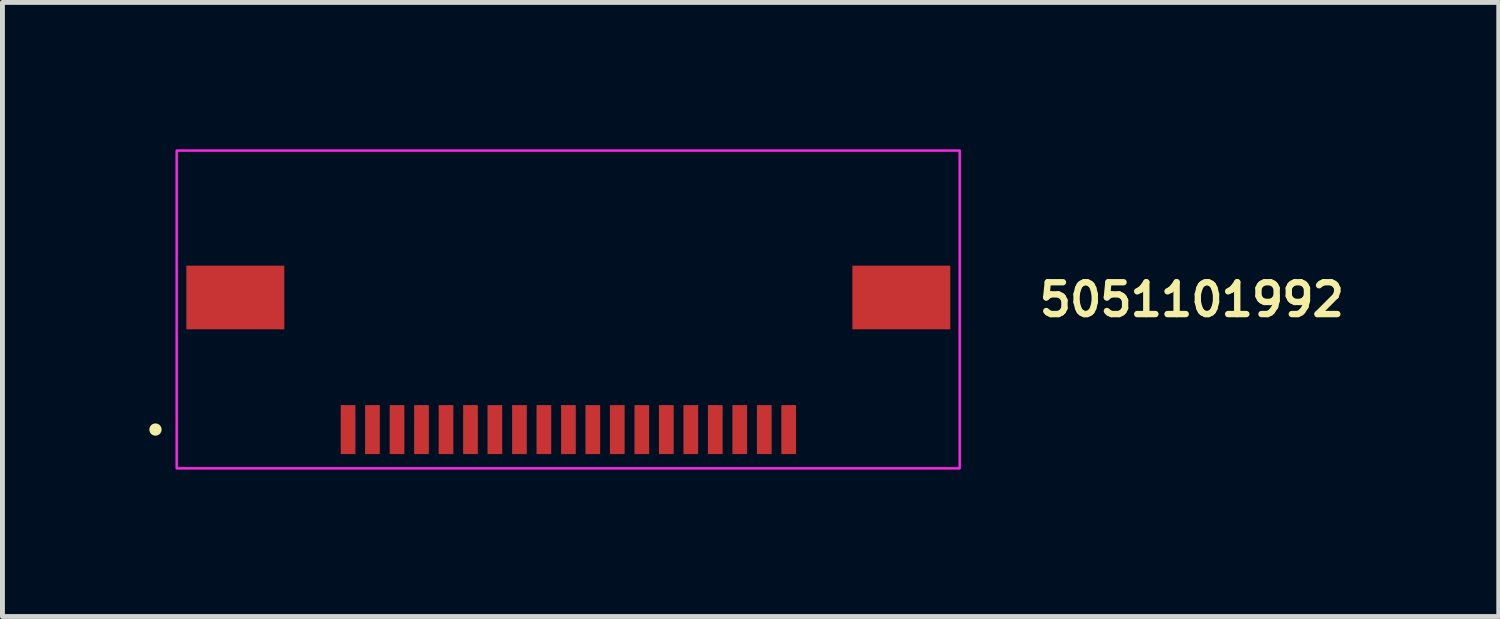
<source format=kicad_pcb>
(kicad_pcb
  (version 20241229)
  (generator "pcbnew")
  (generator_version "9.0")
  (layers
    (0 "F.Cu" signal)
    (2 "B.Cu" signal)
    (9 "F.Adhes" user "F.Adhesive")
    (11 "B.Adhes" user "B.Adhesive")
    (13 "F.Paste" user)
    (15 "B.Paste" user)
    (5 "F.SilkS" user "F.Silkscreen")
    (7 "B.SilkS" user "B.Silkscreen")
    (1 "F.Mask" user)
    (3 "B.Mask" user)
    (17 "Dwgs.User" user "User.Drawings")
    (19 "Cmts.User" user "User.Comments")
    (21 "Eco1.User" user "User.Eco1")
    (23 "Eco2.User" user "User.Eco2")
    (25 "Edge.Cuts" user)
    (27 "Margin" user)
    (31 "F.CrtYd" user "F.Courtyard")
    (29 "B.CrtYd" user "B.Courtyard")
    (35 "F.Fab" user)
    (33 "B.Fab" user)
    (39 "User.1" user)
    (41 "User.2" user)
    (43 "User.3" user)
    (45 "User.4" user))
  (footprint "5051101992"
    (layer "F.Cu")
    (at 8.558 3.525)
    (property "Reference" "5051101992" (at 9.549 -0.075 0) (unlocked yes) (layer "F.SilkS") (effects (font (size 0.65 0.65) (thickness 0.13)) (justify left bottom)))
    (attr smd)
    (fp_circle (center -8.433 2.197) (end -8.383 2.197) (stroke (width 0.15) (type solid)) (fill yes) (layer "F.SilkS"))
    (fp_rect (start -8 -3.5) (end 7.99 2.99) (stroke (width 0.05) (type solid)) (fill no) (layer "F.CrtYd"))
    (fp_rect (start -7.8 -2.801) (end 7.799 2.798) (stroke (width 0.1) (type solid)) (fill no) (layer "User.5"))
    (fp_line (start -7.8 -1.101) (end -7.101 -1.101) (stroke (width 0.02) (type solid)) (layer "User.9"))
    (fp_line (start -7.8 0.199) (end -7.8 -1.101) (stroke (width 0.02) (type solid)) (layer "User.9"))
    (fp_line (start -7.5 -0.817) (end -7.499 -0.822) (stroke (width 0.02) (type solid)) (layer "User.9"))
    (fp_line (start -7.5 -0.812) (end -7.5 -0.817) (stroke (width 0.02) (type solid)) (layer "User.9"))
    (fp_line (start -7.5 -0.807) (end -7.5 -0.812) (stroke (width 0.02) (type solid)) (layer "User.9"))
    (fp_line (start -7.5 -0.802) (end -7.5 -0.807) (stroke (width 0.02) (type solid)) (layer "User.9"))
    (fp_line (start -7.5 -0.101) (end -7.5 -0.802) (stroke (width 0.02) (type solid)) (layer "User.9"))
    (fp_line (start -7.5 -0.095) (end -7.5 -0.101) (stroke (width 0.02) (type solid)) (layer "User.9"))
    (fp_line (start -7.5 -0.09) (end -7.5 -0.095) (stroke (width 0.02) (type solid)) (layer "User.9"))
    (fp_line (start -7.5 -0.086) (end -7.5 -0.09) (stroke (width 0.02) (type solid)) (layer "User.9"))
    (fp_line (start -7.499 -0.822) (end -7.497 -0.826) (stroke (width 0.02) (type solid)) (layer "User.9"))
    (fp_line (start -7.499 -0.08) (end -7.5 -0.086) (stroke (width 0.02) (type solid)) (layer "User.9"))
    (fp_line (start -7.497 -0.831) (end -7.494 -0.835) (stroke (width 0.02) (type solid)) (layer "User.9"))
    (fp_line (start -7.497 -0.826) (end -7.497 -0.831) (stroke (width 0.02) (type solid)) (layer "User.9"))
    (fp_line (start -7.497 -0.076) (end -7.499 -0.08) (stroke (width 0.02) (type solid)) (layer "User.9"))
    (fp_line (start -7.497 -0.072) (end -7.497 -0.076) (stroke (width 0.02) (type solid)) (layer "User.9"))
    (fp_line (start -7.494 -0.839) (end -7.492 -0.844) (stroke (width 0.02) (type solid)) (layer "User.9"))
    (fp_line (start -7.494 -0.835) (end -7.494 -0.839) (stroke (width 0.02) (type solid)) (layer "User.9"))
    (fp_line (start -7.494 -0.067) (end -7.497 -0.072) (stroke (width 0.02) (type solid)) (layer "User.9"))
    (fp_line (start -7.494 -0.062) (end -7.494 -0.067) (stroke (width 0.02) (type solid)) (layer "User.9"))
    (fp_line (start -7.492 -0.844) (end -7.489 -0.848) (stroke (width 0.02) (type solid)) (layer "User.9"))
    (fp_line (start -7.492 -0.058) (end -7.494 -0.062) (stroke (width 0.02) (type solid)) (layer "User.9"))
    (fp_line (start -7.489 -0.848) (end -7.486 -0.852) (stroke (width 0.02) (type solid)) (layer "User.9"))
    (fp_line (start -7.489 -0.053) (end -7.492 -0.058) (stroke (width 0.02) (type solid)) (layer "User.9"))
    (fp_line (start -7.486 -0.852) (end -7.484 -0.856) (stroke (width 0.02) (type solid)) (layer "User.9"))
    (fp_line (start -7.486 -0.05) (end -7.489 -0.053) (stroke (width 0.02) (type solid)) (layer "User.9"))
    (fp_line (start -7.484 -0.856) (end -7.481 -0.86) (stroke (width 0.02) (type solid)) (layer "User.9"))
    (fp_line (start -7.484 -0.045) (end -7.486 -0.05) (stroke (width 0.02) (type solid)) (layer "User.9"))
    (fp_line (start -7.481 -0.86) (end -7.478 -0.864) (stroke (width 0.02) (type solid)) (layer "User.9"))
    (fp_line (start -7.481 -0.042) (end -7.484 -0.045) (stroke (width 0.02) (type solid)) (layer "User.9"))
    (fp_line (start -7.478 -0.864) (end -7.476 -0.868) (stroke (width 0.02) (type solid)) (layer "User.9"))
    (fp_line (start -7.478 -0.037) (end -7.481 -0.042) (stroke (width 0.02) (type solid)) (layer "User.9"))
    (fp_line (start -7.476 -0.868) (end -7.471 -0.871) (stroke (width 0.02) (type solid)) (layer "User.9"))
    (fp_line (start -7.476 -0.034) (end -7.478 -0.037) (stroke (width 0.02) (type solid)) (layer "User.9"))
    (fp_line (start -7.471 -0.871) (end -7.468 -0.875) (stroke (width 0.02) (type solid)) (layer "User.9"))
    (fp_line (start -7.471 -0.03) (end -7.476 -0.034) (stroke (width 0.02) (type solid)) (layer "User.9"))
    (fp_line (start -7.468 -0.875) (end -7.465 -0.878) (stroke (width 0.02) (type solid)) (layer "User.9"))
    (fp_line (start -7.468 -0.027) (end -7.471 -0.03) (stroke (width 0.02) (type solid)) (layer "User.9"))
    (fp_line (start -7.465 -0.878) (end -7.46 -0.881) (stroke (width 0.02) (type solid)) (layer "User.9"))
    (fp_line (start -7.465 -0.023) (end -7.468 -0.027) (stroke (width 0.02) (type solid)) (layer "User.9"))
    (fp_line (start -7.46 -0.881) (end -7.457 -0.883) (stroke (width 0.02) (type solid)) (layer "User.9"))
    (fp_line (start -7.46 -0.02) (end -7.465 -0.023) (stroke (width 0.02) (type solid)) (layer "User.9"))
    (fp_line (start -7.457 -0.883) (end -7.452 -0.886) (stroke (width 0.02) (type solid)) (layer "User.9"))
    (fp_line (start -7.457 -0.019) (end -7.46 -0.02) (stroke (width 0.02) (type solid)) (layer "User.9"))
    (fp_line (start -7.452 -0.886) (end -7.449 -0.888) (stroke (width 0.02) (type solid)) (layer "User.9"))
    (fp_line (start -7.452 -0.015) (end -7.457 -0.019) (stroke (width 0.02) (type solid)) (layer "User.9"))
    (fp_line (start -7.449 -0.888) (end -7.444 -0.891) (stroke (width 0.02) (type solid)) (layer "User.9"))
    (fp_line (start -7.449 -0.014) (end -7.452 -0.015) (stroke (width 0.02) (type solid)) (layer "User.9"))
    (fp_line (start -7.444 -0.891) (end -7.439 -0.893) (stroke (width 0.02) (type solid)) (layer "User.9"))
    (fp_line (start -7.444 -0.01) (end -7.449 -0.014) (stroke (width 0.02) (type solid)) (layer "User.9"))
    (fp_line (start -7.439 -0.893) (end -7.436 -0.894) (stroke (width 0.02) (type solid)) (layer "User.9"))
    (fp_line (start -7.439 -0.008) (end -7.444 -0.01) (stroke (width 0.02) (type solid)) (layer "User.9"))
    (fp_line (start -7.436 -0.894) (end -7.43 -0.896) (stroke (width 0.02) (type solid)) (layer "User.9"))
    (fp_line (start -7.436 -0.007) (end -7.439 -0.008) (stroke (width 0.02) (type solid)) (layer "User.9"))
    (fp_line (start -7.43 -0.896) (end -7.425 -0.898) (stroke (width 0.02) (type solid)) (layer "User.9"))
    (fp_line (start -7.43 -0.005) (end -7.436 -0.007) (stroke (width 0.02) (type solid)) (layer "User.9"))
    (fp_line (start -7.425 -0.898) (end -7.422 -0.899) (stroke (width 0.02) (type solid)) (layer "User.9"))
    (fp_line (start -7.425 -0.004) (end -7.43 -0.005) (stroke (width 0.02) (type solid)) (layer "User.9"))
    (fp_line (start -7.422 -0.899) (end -7.417 -0.9) (stroke (width 0.02) (type solid)) (layer "User.9"))
    (fp_line (start -7.422 -0.003) (end -7.425 -0.004) (stroke (width 0.02) (type solid)) (layer "User.9"))
    (fp_line (start -7.417 -0.9) (end -7.412 -0.901) (stroke (width 0.02) (type solid)) (layer "User.9"))
    (fp_line (start -7.417 -0.002) (end -7.422 -0.003) (stroke (width 0.02) (type solid)) (layer "User.9"))
    (fp_line (start -7.412 -0.901) (end -7.407 -0.901) (stroke (width 0.02) (type solid)) (layer "User.9"))
    (fp_line (start -7.412 -0.001) (end -7.417 -0.002) (stroke (width 0.02) (type solid)) (layer "User.9"))
    (fp_line (start -7.407 -0.901) (end -7.401 -0.902) (stroke (width 0.02) (type solid)) (layer "User.9"))
    (fp_line (start -7.407 -0.001) (end -7.412 -0.001) (stroke (width 0.02) (type solid)) (layer "User.9"))
    (fp_line (start -7.401 -0.902) (end -7.101 -0.902) (stroke (width 0.02) (type solid)) (layer "User.9"))
    (fp_line (start -7.401 0) (end -7.407 -0.001) (stroke (width 0.02) (type solid)) (layer "User.9"))
    (fp_line (start -7.101 0) (end -7.401 0) (stroke (width 0.02) (type solid)) (layer "User.9"))
    (fp_line (start -7.101 0.199) (end -7.8 0.199) (stroke (width 0.02) (type solid)) (layer "User.9"))
    (fp_line (start -7.101 2.45) (end -7.101 -1.5) (stroke (width 0.02) (type solid)) (layer "User.9"))
    (fp_line (start -6.651 2.45) (end -7.101 2.45) (stroke (width 0.02) (type solid)) (layer "User.9"))
    (fp_line (start -6.651 2.45) (end -6.651 2.1) (stroke (width 0.02) (type solid)) (layer "User.9"))
    (fp_line (start -6.63 -1.5) (end -7.101 -1.5) (stroke (width 0.02) (type solid)) (layer "User.9"))
    (fp_line (start -6.63 -1.5) (end -6.452 -1.5) (stroke (width 0.02) (type solid)) (layer "User.9"))
    (fp_line (start -6.63 0.679) (end -6.63 -1.5) (stroke (width 0.02) (type solid)) (layer "User.9"))
    (fp_line (start -6.452 -1.5) (end -6.3 -1.5) (stroke (width 0.02) (type solid)) (layer "User.9"))
    (fp_line (start -6.452 -1.45) (end -6.449 -1.45) (stroke (width 0.02) (type solid)) (layer "User.9"))
    (fp_line (start -6.452 -0.5) (end -6.449 -0.5) (stroke (width 0.02) (type solid)) (layer "User.9"))
    (fp_line (start -6.452 0.495) (end -5.75 0.495) (stroke (width 0.02) (type solid)) (layer "User.9"))
    (fp_line (start -6.452 0.679) (end -6.452 -1.5) (stroke (width 0.02) (type solid)) (layer "User.9"))
    (fp_line (start -6.449 -1.45) (end -6.38 -1.45) (stroke (width 0.02) (type solid)) (layer "User.9"))
    (fp_line (start -6.449 -0.5) (end -6.38 -0.5) (stroke (width 0.02) (type solid)) (layer "User.9"))
    (fp_line (start -6.38 -0.351) (end -6.452 -0.351) (stroke (width 0.02) (type solid)) (layer "User.9"))
    (fp_line (start -6.38 -0.299) (end -6.38 -1.45) (stroke (width 0.02) (type solid)) (layer "User.9"))
    (fp_line (start -6.38 -0.052) (end -6.38 -0.299) (stroke (width 0.02) (type solid)) (layer "User.9"))
    (fp_line (start -6.38 0) (end -6.452 0) (stroke (width 0.02) (type solid)) (layer "User.9"))
    (fp_line (start -6.38 0.23) (end -6.38 -0.052) (stroke (width 0.02) (type solid)) (layer "User.9"))
    (fp_line (start -6.38 0.242) (end -6.38 0.23) (stroke (width 0.02) (type solid)) (layer "User.9"))
    (fp_line (start -6.311 0.495) (end -6.311 0.242) (stroke (width 0.02) (type solid)) (layer "User.9"))
    (fp_line (start -6.3 -2.65) (end -4.8 -2.65) (stroke (width 0.02) (type solid)) (layer "User.9"))
    (fp_line (start -6.3 -1.45) (end -6.38 -1.45) (stroke (width 0.02) (type solid)) (layer "User.9"))
    (fp_line (start -6.3 -1.45) (end -6.3 -2.65) (stroke (width 0.02) (type solid)) (layer "User.9"))
    (fp_line (start -6.159 0.495) (end -6.159 0.242) (stroke (width 0.02) (type solid)) (layer "User.9"))
    (fp_line (start -5.925 -0.231) (end -5.925 -0.299) (stroke (width 0.02) (type solid)) (layer "User.9"))
    (fp_line (start -5.925 -0.043) (end -5.925 -0.231) (stroke (width 0.02) (type solid)) (layer "User.9"))
    (fp_line (start -5.925 -0.031) (end -5.925 -0.043) (stroke (width 0.02) (type solid)) (layer "User.9"))
    (fp_line (start -5.925 0.23) (end -5.925 -0.031) (stroke (width 0.02) (type solid)) (layer "User.9"))
    (fp_line (start -5.925 0.242) (end -6.38 0.242) (stroke (width 0.02) (type solid)) (layer "User.9"))
    (fp_line (start -5.925 0.242) (end -5.925 0.23) (stroke (width 0.02) (type solid)) (layer "User.9"))
    (fp_line (start -5.75 0.045) (end -5.75 0.045) (stroke (width 0.02) (type solid)) (layer "User.9"))
    (fp_line (start -5.75 0.045) (end -5.75 0.495) (stroke (width 0.02) (type solid)) (layer "User.9"))
    (fp_line (start -5.175 0.045) (end -5.75 0.045) (stroke (width 0.02) (type solid)) (layer "User.9"))
    (fp_line (start -5.175 0.045) (end -5.031 0.045) (stroke (width 0.02) (type solid)) (layer "User.9"))
    (fp_line (start -5.031 0.045) (end -5.031 0.045) (stroke (width 0.02) (type solid)) (layer "User.9"))
    (fp_line (start -5.031 0.19) (end -5.175 0.045) (stroke (width 0.02) (type solid)) (layer "User.9"))
    (fp_line (start -5.031 0.19) (end -5.031 0.495) (stroke (width 0.02) (type solid)) (layer "User.9"))
    (fp_line (start -5.031 0.495) (end -5.75 0.495) (stroke (width 0.02) (type solid)) (layer "User.9"))
    (fp_line (start -5.031 0.495) (end -5.031 0.576) (stroke (width 0.02) (type solid)) (layer "User.9"))
    (fp_line (start -4.952 -0.091) (end -4.952 -0.231) (stroke (width 0.02) (type solid)) (layer "User.9"))
    (fp_line (start -4.952 -0.043) (end -4.952 -0.091) (stroke (width 0.02) (type solid)) (layer "User.9"))
    (fp_line (start -4.952 0.045) (end -5.925 0.045) (stroke (width 0.02) (type solid)) (layer "User.9"))
    (fp_line (start -4.952 0.149) (end -4.952 0.045) (stroke (width 0.02) (type solid)) (layer "User.9"))
    (fp_line (start -4.8 -2.801) (end -4.8 -2.65) (stroke (width 0.02) (type solid)) (layer "User.9"))
    (fp_line (start -4.8 -2.801) (end 4.799 -2.801) (stroke (width 0.02) (type solid)) (layer "User.9"))
    (fp_line (start -4.651 2.798) (end -4.651 2.1) (stroke (width 0.02) (type solid)) (layer "User.9"))
    (fp_line (start -4.63 -0.091) (end -4.952 -0.091) (stroke (width 0.02) (type solid)) (layer "User.9"))
    (fp_line (start -4.63 -0.091) (end -4.63 -0.62) (stroke (width 0.02) (type solid)) (layer "User.9"))
    (fp_line (start -4.63 -0.091) (end -4.63 0.002) (stroke (width 0.02) (type solid)) (layer "User.9"))
    (fp_line (start -4.577 0.002) (end -4.63 0.002) (stroke (width 0.02) (type solid)) (layer "User.9"))
    (fp_line (start -4.577 0.149) (end -4.952 0.149) (stroke (width 0.02) (type solid)) (layer "User.9"))
    (fp_line (start -4.577 0.199) (end -5.031 0.199) (stroke (width 0.02) (type solid)) (layer "User.9"))
    (fp_line (start -4.577 0.57) (end -5.031 0.57) (stroke (width 0.02) (type solid)) (layer "User.9"))
    (fp_line (start -4.577 0.673) (end -4.577 -0.407) (stroke (width 0.02) (type solid)) (layer "User.9"))
    (fp_line (start -4.577 2.35) (end -4.577 2.1) (stroke (width 0.02) (type solid)) (layer "User.9"))
    (fp_line (start -4.577 2.499) (end -4.577 2.35) (stroke (width 0.02) (type solid)) (layer "User.9"))
    (fp_line (start -4.425 -0.407) (end -4.577 -0.407) (stroke (width 0.02) (type solid)) (layer "User.9"))
    (fp_line (start -4.425 0.673) (end -4.577 0.673) (stroke (width 0.02) (type solid)) (layer "User.9"))
    (fp_line (start -4.425 0.673) (end -4.425 -0.407) (stroke (width 0.02) (type solid)) (layer "User.9"))
    (fp_line (start -4.425 2.35) (end -4.577 2.35) (stroke (width 0.02) (type solid)) (layer "User.9"))
    (fp_line (start -4.425 2.35) (end -4.425 2.1) (stroke (width 0.02) (type solid)) (layer "User.9"))
    (fp_line (start -4.425 2.499) (end -4.577 2.499) (stroke (width 0.02) (type solid)) (layer "User.9"))
    (fp_line (start -4.425 2.499) (end -4.425 2.35) (stroke (width 0.02) (type solid)) (layer "User.9"))
    (fp_line (start -4.372 -0.62) (end -4.63 -0.62) (stroke (width 0.02) (type solid)) (layer "User.9"))
    (fp_line (start -4.372 -0.572) (end -4.63 -0.572) (stroke (width 0.02) (type solid)) (layer "User.9"))
    (fp_line (start -4.372 -0.091) (end -4.372 -0.62) (stroke (width 0.02) (type solid)) (layer "User.9"))
    (fp_line (start -4.372 -0.091) (end -4.372 0.002) (stroke (width 0.02) (type solid)) (layer "User.9"))
    (fp_line (start -4.372 0.002) (end -4.425 0.002) (stroke (width 0.02) (type solid)) (layer "User.9"))
    (fp_line (start -4.351 2.1) (end -4.351 2.798) (stroke (width 0.02) (type solid)) (layer "User.9"))
    (fp_line (start -4.351 2.798) (end -4.651 2.798) (stroke (width 0.02) (type solid)) (layer "User.9"))
    (fp_line (start -4.151 2.798) (end -4.151 2.1) (stroke (width 0.02) (type solid)) (layer "User.9"))
    (fp_line (start -4.13 -0.091) (end -4.372 -0.091) (stroke (width 0.02) (type solid)) (layer "User.9"))
    (fp_line (start -4.13 -0.091) (end -4.13 -0.62) (stroke (width 0.02) (type solid)) (layer "User.9"))
    (fp_line (start -4.13 -0.091) (end -4.13 0.002) (stroke (width 0.02) (type solid)) (layer "User.9"))
    (fp_line (start -4.077 0.002) (end -4.13 0.002) (stroke (width 0.02) (type solid)) (layer "User.9"))
    (fp_line (start -4.077 0.149) (end -4.425 0.149) (stroke (width 0.02) (type solid)) (layer "User.9"))
    (fp_line (start -4.077 0.199) (end -4.425 0.199) (stroke (width 0.02) (type solid)) (layer "User.9"))
    (fp_line (start -4.077 0.57) (end -4.425 0.57) (stroke (width 0.02) (type solid)) (layer "User.9"))
    (fp_line (start -4.077 0.673) (end -4.077 -0.407) (stroke (width 0.02) (type solid)) (layer "User.9"))
    (fp_line (start -4.077 2.35) (end -4.077 2.1) (stroke (width 0.02) (type solid)) (layer "User.9"))
    (fp_line (start -4.077 2.499) (end -4.077 2.35) (stroke (width 0.02) (type solid)) (layer "User.9"))
    (fp_line (start -3.926 -0.407) (end -4.077 -0.407) (stroke (width 0.02) (type solid)) (layer "User.9"))
    (fp_line (start -3.926 0.673) (end -4.077 0.673) (stroke (width 0.02) (type solid)) (layer "User.9"))
    (fp_line (start -3.926 0.673) (end -3.926 -0.407) (stroke (width 0.02) (type solid)) (layer "User.9"))
    (fp_line (start -3.926 2.35) (end -4.077 2.35) (stroke (width 0.02) (type solid)) (layer "User.9"))
    (fp_line (start -3.926 2.35) (end -3.926 2.1) (stroke (width 0.02) (type solid)) (layer "User.9"))
    (fp_line (start -3.926 2.499) (end -4.077 2.499) (stroke (width 0.02) (type solid)) (layer "User.9"))
    (fp_line (start -3.926 2.499) (end -3.926 2.35) (stroke (width 0.02) (type solid)) (layer "User.9"))
    (fp_line (start -3.871 -0.62) (end -4.13 -0.62) (stroke (width 0.02) (type solid)) (layer "User.9"))
    (fp_line (start -3.871 -0.572) (end -4.13 -0.572) (stroke (width 0.02) (type solid)) (layer "User.9"))
    (fp_line (start -3.871 -0.091) (end -3.871 -0.62) (stroke (width 0.02) (type solid)) (layer "User.9"))
    (fp_line (start -3.871 -0.091) (end -3.871 0.002) (stroke (width 0.02) (type solid)) (layer "User.9"))
    (fp_line (start -3.871 0.002) (end -3.926 0.002) (stroke (width 0.02) (type solid)) (layer "User.9"))
    (fp_line (start -3.851 2.1) (end -3.851 2.798) (stroke (width 0.02) (type solid)) (layer "User.9"))
    (fp_line (start -3.851 2.798) (end -4.151 2.798) (stroke (width 0.02) (type solid)) (layer "User.9"))
    (fp_line (start -3.65 2.798) (end -3.65 2.1) (stroke (width 0.02) (type solid)) (layer "User.9"))
    (fp_line (start -3.63 -0.091) (end -3.871 -0.091) (stroke (width 0.02) (type solid)) (layer "User.9"))
    (fp_line (start -3.63 -0.091) (end -3.63 -0.62) (stroke (width 0.02) (type solid)) (layer "User.9"))
    (fp_line (start -3.63 -0.091) (end -3.63 0.002) (stroke (width 0.02) (type solid)) (layer "User.9"))
    (fp_line (start -3.576 0.002) (end -3.63 0.002) (stroke (width 0.02) (type solid)) (layer "User.9"))
    (fp_line (start -3.576 0.149) (end -3.926 0.149) (stroke (width 0.02) (type solid)) (layer "User.9"))
    (fp_line (start -3.576 0.199) (end -3.926 0.199) (stroke (width 0.02) (type solid)) (layer "User.9"))
    (fp_line (start -3.576 0.57) (end -3.926 0.57) (stroke (width 0.02) (type solid)) (layer "User.9"))
    (fp_line (start -3.576 0.673) (end -3.576 -0.407) (stroke (width 0.02) (type solid)) (layer "User.9"))
    (fp_line (start -3.576 2.35) (end -3.576 2.1) (stroke (width 0.02) (type solid)) (layer "User.9"))
    (fp_line (start -3.576 2.499) (end -3.576 2.35) (stroke (width 0.02) (type solid)) (layer "User.9"))
    (fp_line (start -3.426 -0.407) (end -3.576 -0.407) (stroke (width 0.02) (type solid)) (layer "User.9"))
    (fp_line (start -3.426 0.673) (end -3.576 0.673) (stroke (width 0.02) (type solid)) (layer "User.9"))
    (fp_line (start -3.426 0.673) (end -3.426 -0.407) (stroke (width 0.02) (type solid)) (layer "User.9"))
    (fp_line (start -3.426 2.35) (end -3.576 2.35) (stroke (width 0.02) (type solid)) (layer "User.9"))
    (fp_line (start -3.426 2.35) (end -3.426 2.1) (stroke (width 0.02) (type solid)) (layer "User.9"))
    (fp_line (start -3.426 2.499) (end -3.576 2.499) (stroke (width 0.02) (type solid)) (layer "User.9"))
    (fp_line (start -3.426 2.499) (end -3.426 2.35) (stroke (width 0.02) (type solid)) (layer "User.9"))
    (fp_line (start -3.371 -0.62) (end -3.63 -0.62) (stroke (width 0.02) (type solid)) (layer "User.9"))
    (fp_line (start -3.371 -0.572) (end -3.63 -0.572) (stroke (width 0.02) (type solid)) (layer "User.9"))
    (fp_line (start -3.371 -0.091) (end -3.371 -0.62) (stroke (width 0.02) (type solid)) (layer "User.9"))
    (fp_line (start -3.371 -0.091) (end -3.371 0.002) (stroke (width 0.02) (type solid)) (layer "User.9"))
    (fp_line (start -3.371 0.002) (end -3.426 0.002) (stroke (width 0.02) (type solid)) (layer "User.9"))
    (fp_line (start -3.351 2.1) (end -3.351 2.798) (stroke (width 0.02) (type solid)) (layer "User.9"))
    (fp_line (start -3.351 2.798) (end -3.65 2.798) (stroke (width 0.02) (type solid)) (layer "User.9"))
    (fp_line (start -3.15 2.798) (end -3.15 2.1) (stroke (width 0.02) (type solid)) (layer "User.9"))
    (fp_line (start -3.13 -0.091) (end -3.371 -0.091) (stroke (width 0.02) (type solid)) (layer "User.9"))
    (fp_line (start -3.13 -0.091) (end -3.13 -0.62) (stroke (width 0.02) (type solid)) (layer "User.9"))
    (fp_line (start -3.13 -0.091) (end -3.13 0.002) (stroke (width 0.02) (type solid)) (layer "User.9"))
    (fp_line (start -3.077 0.002) (end -3.13 0.002) (stroke (width 0.02) (type solid)) (layer "User.9"))
    (fp_line (start -3.077 0.149) (end -3.426 0.149) (stroke (width 0.02) (type solid)) (layer "User.9"))
    (fp_line (start -3.077 0.199) (end -3.426 0.199) (stroke (width 0.02) (type solid)) (layer "User.9"))
    (fp_line (start -3.077 0.57) (end -3.426 0.57) (stroke (width 0.02) (type solid)) (layer "User.9"))
    (fp_line (start -3.077 0.673) (end -3.077 -0.407) (stroke (width 0.02) (type solid)) (layer "User.9"))
    (fp_line (start -3.077 2.35) (end -3.077 2.1) (stroke (width 0.02) (type solid)) (layer "User.9"))
    (fp_line (start -3.077 2.499) (end -3.077 2.35) (stroke (width 0.02) (type solid)) (layer "User.9"))
    (fp_line (start -2.926 -0.407) (end -3.077 -0.407) (stroke (width 0.02) (type solid)) (layer "User.9"))
    (fp_line (start -2.926 0.673) (end -3.077 0.673) (stroke (width 0.02) (type solid)) (layer "User.9"))
    (fp_line (start -2.926 0.673) (end -2.926 -0.407) (stroke (width 0.02) (type solid)) (layer "User.9"))
    (fp_line (start -2.926 2.35) (end -3.077 2.35) (stroke (width 0.02) (type solid)) (layer "User.9"))
    (fp_line (start -2.926 2.35) (end -2.926 2.1) (stroke (width 0.02) (type solid)) (layer "User.9"))
    (fp_line (start -2.926 2.499) (end -3.077 2.499) (stroke (width 0.02) (type solid)) (layer "User.9"))
    (fp_line (start -2.926 2.499) (end -2.926 2.35) (stroke (width 0.02) (type solid)) (layer "User.9"))
    (fp_line (start -2.871 -0.62) (end -3.13 -0.62) (stroke (width 0.02) (type solid)) (layer "User.9"))
    (fp_line (start -2.871 -0.572) (end -3.13 -0.572) (stroke (width 0.02) (type solid)) (layer "User.9"))
    (fp_line (start -2.871 -0.091) (end -2.871 -0.62) (stroke (width 0.02) (type solid)) (layer "User.9"))
    (fp_line (start -2.871 -0.091) (end -2.871 0.002) (stroke (width 0.02) (type solid)) (layer "User.9"))
    (fp_line (start -2.871 0.002) (end -2.926 0.002) (stroke (width 0.02) (type solid)) (layer "User.9"))
    (fp_line (start -2.851 2.1) (end -2.851 2.798) (stroke (width 0.02) (type solid)) (layer "User.9"))
    (fp_line (start -2.851 2.798) (end -3.15 2.798) (stroke (width 0.02) (type solid)) (layer "User.9"))
    (fp_line (start -2.65 2.798) (end -2.65 2.1) (stroke (width 0.02) (type solid)) (layer "User.9"))
    (fp_line (start -2.63 -0.091) (end -2.871 -0.091) (stroke (width 0.02) (type solid)) (layer "User.9"))
    (fp_line (start -2.63 -0.091) (end -2.63 -0.62) (stroke (width 0.02) (type solid)) (layer "User.9"))
    (fp_line (start -2.63 -0.091) (end -2.63 0.002) (stroke (width 0.02) (type solid)) (layer "User.9"))
    (fp_line (start -2.577 0.002) (end -2.63 0.002) (stroke (width 0.02) (type solid)) (layer "User.9"))
    (fp_line (start -2.577 0.149) (end -2.926 0.149) (stroke (width 0.02) (type solid)) (layer "User.9"))
    (fp_line (start -2.577 0.199) (end -2.926 0.199) (stroke (width 0.02) (type solid)) (layer "User.9"))
    (fp_line (start -2.577 0.57) (end -2.926 0.57) (stroke (width 0.02) (type solid)) (layer "User.9"))
    (fp_line (start -2.577 0.673) (end -2.577 -0.407) (stroke (width 0.02) (type solid)) (layer "User.9"))
    (fp_line (start -2.577 2.35) (end -2.577 2.1) (stroke (width 0.02) (type solid)) (layer "User.9"))
    (fp_line (start -2.577 2.499) (end -2.577 2.35) (stroke (width 0.02) (type solid)) (layer "User.9"))
    (fp_line (start -2.426 -0.407) (end -2.577 -0.407) (stroke (width 0.02) (type solid)) (layer "User.9"))
    (fp_line (start -2.426 0.673) (end -2.577 0.673) (stroke (width 0.02) (type solid)) (layer "User.9"))
    (fp_line (start -2.426 0.673) (end -2.426 -0.407) (stroke (width 0.02) (type solid)) (layer "User.9"))
    (fp_line (start -2.426 2.35) (end -2.577 2.35) (stroke (width 0.02) (type solid)) (layer "User.9"))
    (fp_line (start -2.426 2.35) (end -2.426 2.1) (stroke (width 0.02) (type solid)) (layer "User.9"))
    (fp_line (start -2.426 2.499) (end -2.577 2.499) (stroke (width 0.02) (type solid)) (layer "User.9"))
    (fp_line (start -2.426 2.499) (end -2.426 2.35) (stroke (width 0.02) (type solid)) (layer "User.9"))
    (fp_line (start -2.371 -0.62) (end -2.63 -0.62) (stroke (width 0.02) (type solid)) (layer "User.9"))
    (fp_line (start -2.371 -0.572) (end -2.63 -0.572) (stroke (width 0.02) (type solid)) (layer "User.9"))
    (fp_line (start -2.371 -0.091) (end -2.371 -0.62) (stroke (width 0.02) (type solid)) (layer "User.9"))
    (fp_line (start -2.371 -0.091) (end -2.371 0.002) (stroke (width 0.02) (type solid)) (layer "User.9"))
    (fp_line (start -2.371 0.002) (end -2.426 0.002) (stroke (width 0.02) (type solid)) (layer "User.9"))
    (fp_line (start -2.351 2.1) (end -2.351 2.798) (stroke (width 0.02) (type solid)) (layer "User.9"))
    (fp_line (start -2.351 2.798) (end -2.65 2.798) (stroke (width 0.02) (type solid)) (layer "User.9"))
    (fp_line (start -2.15 2.798) (end -2.15 2.1) (stroke (width 0.02) (type solid)) (layer "User.9"))
    (fp_line (start -2.13 -0.091) (end -2.371 -0.091) (stroke (width 0.02) (type solid)) (layer "User.9"))
    (fp_line (start -2.13 -0.091) (end -2.13 -0.62) (stroke (width 0.02) (type solid)) (layer "User.9"))
    (fp_line (start -2.13 -0.091) (end -2.13 0.002) (stroke (width 0.02) (type solid)) (layer "User.9"))
    (fp_line (start -2.077 0.002) (end -2.13 0.002) (stroke (width 0.02) (type solid)) (layer "User.9"))
    (fp_line (start -2.077 0.149) (end -2.426 0.149) (stroke (width 0.02) (type solid)) (layer "User.9"))
    (fp_line (start -2.077 0.199) (end -2.426 0.199) (stroke (width 0.02) (type solid)) (layer "User.9"))
    (fp_line (start -2.077 0.57) (end -2.426 0.57) (stroke (width 0.02) (type solid)) (layer "User.9"))
    (fp_line (start -2.077 0.673) (end -2.077 -0.407) (stroke (width 0.02) (type solid)) (layer "User.9"))
    (fp_line (start -2.077 2.35) (end -2.077 2.1) (stroke (width 0.02) (type solid)) (layer "User.9"))
    (fp_line (start -2.077 2.499) (end -2.077 2.35) (stroke (width 0.02) (type solid)) (layer "User.9"))
    (fp_line (start -1.926 -0.407) (end -2.077 -0.407) (stroke (width 0.02) (type solid)) (layer "User.9"))
    (fp_line (start -1.926 0.673) (end -2.077 0.673) (stroke (width 0.02) (type solid)) (layer "User.9"))
    (fp_line (start -1.926 0.673) (end -1.926 -0.407) (stroke (width 0.02) (type solid)) (layer "User.9"))
    (fp_line (start -1.926 2.35) (end -2.077 2.35) (stroke (width 0.02) (type solid)) (layer "User.9"))
    (fp_line (start -1.926 2.35) (end -1.926 2.1) (stroke (width 0.02) (type solid)) (layer "User.9"))
    (fp_line (start -1.926 2.499) (end -2.077 2.499) (stroke (width 0.02) (type solid)) (layer "User.9"))
    (fp_line (start -1.926 2.499) (end -1.926 2.35) (stroke (width 0.02) (type solid)) (layer "User.9"))
    (fp_line (start -1.871 -0.62) (end -2.13 -0.62) (stroke (width 0.02) (type solid)) (layer "User.9"))
    (fp_line (start -1.871 -0.572) (end -2.13 -0.572) (stroke (width 0.02) (type solid)) (layer "User.9"))
    (fp_line (start -1.871 -0.091) (end -1.871 -0.62) (stroke (width 0.02) (type solid)) (layer "User.9"))
    (fp_line (start -1.871 -0.091) (end -1.871 0.002) (stroke (width 0.02) (type solid)) (layer "User.9"))
    (fp_line (start -1.871 0.002) (end -1.926 0.002) (stroke (width 0.02) (type solid)) (layer "User.9"))
    (fp_line (start -1.851 2.1) (end -1.851 2.798) (stroke (width 0.02) (type solid)) (layer "User.9"))
    (fp_line (start -1.851 2.798) (end -2.15 2.798) (stroke (width 0.02) (type solid)) (layer "User.9"))
    (fp_line (start -1.651 2.798) (end -1.651 2.1) (stroke (width 0.02) (type solid)) (layer "User.9"))
    (fp_line (start -1.631 -0.091) (end -1.871 -0.091) (stroke (width 0.02) (type solid)) (layer "User.9"))
    (fp_line (start -1.631 -0.091) (end -1.631 -0.62) (stroke (width 0.02) (type solid)) (layer "User.9"))
    (fp_line (start -1.631 -0.091) (end -1.631 0.002) (stroke (width 0.02) (type solid)) (layer "User.9"))
    (fp_line (start -1.575 0.002) (end -1.631 0.002) (stroke (width 0.02) (type solid)) (layer "User.9"))
    (fp_line (start -1.575 0.149) (end -1.926 0.149) (stroke (width 0.02) (type solid)) (layer "User.9"))
    (fp_line (start -1.575 0.199) (end -1.926 0.199) (stroke (width 0.02) (type solid)) (layer "User.9"))
    (fp_line (start -1.575 0.57) (end -1.926 0.57) (stroke (width 0.02) (type solid)) (layer "User.9"))
    (fp_line (start -1.575 0.673) (end -1.575 -0.407) (stroke (width 0.02) (type solid)) (layer "User.9"))
    (fp_line (start -1.575 2.35) (end -1.575 2.1) (stroke (width 0.02) (type solid)) (layer "User.9"))
    (fp_line (start -1.575 2.499) (end -1.575 2.35) (stroke (width 0.02) (type solid)) (layer "User.9"))
    (fp_line (start -1.426 -0.407) (end -1.575 -0.407) (stroke (width 0.02) (type solid)) (layer "User.9"))
    (fp_line (start -1.426 0.673) (end -1.575 0.673) (stroke (width 0.02) (type solid)) (layer "User.9"))
    (fp_line (start -1.426 0.673) (end -1.426 -0.407) (stroke (width 0.02) (type solid)) (layer "User.9"))
    (fp_line (start -1.426 2.35) (end -1.575 2.35) (stroke (width 0.02) (type solid)) (layer "User.9"))
    (fp_line (start -1.426 2.35) (end -1.426 2.1) (stroke (width 0.02) (type solid)) (layer "User.9"))
    (fp_line (start -1.426 2.499) (end -1.575 2.499) (stroke (width 0.02) (type solid)) (layer "User.9"))
    (fp_line (start -1.426 2.499) (end -1.426 2.35) (stroke (width 0.02) (type solid)) (layer "User.9"))
    (fp_line (start -1.371 -0.62) (end -1.631 -0.62) (stroke (width 0.02) (type solid)) (layer "User.9"))
    (fp_line (start -1.371 -0.572) (end -1.631 -0.572) (stroke (width 0.02) (type solid)) (layer "User.9"))
    (fp_line (start -1.371 -0.091) (end -1.371 -0.62) (stroke (width 0.02) (type solid)) (layer "User.9"))
    (fp_line (start -1.371 -0.091) (end -1.371 0.002) (stroke (width 0.02) (type solid)) (layer "User.9"))
    (fp_line (start -1.371 0.002) (end -1.426 0.002) (stroke (width 0.02) (type solid)) (layer "User.9"))
    (fp_line (start -1.351 2.1) (end -1.351 2.798) (stroke (width 0.02) (type solid)) (layer "User.9"))
    (fp_line (start -1.351 2.798) (end -1.651 2.798) (stroke (width 0.02) (type solid)) (layer "User.9"))
    (fp_line (start -1.151 2.798) (end -1.151 2.1) (stroke (width 0.02) (type solid)) (layer "User.9"))
    (fp_line (start -1.131 -0.091) (end -1.371 -0.091) (stroke (width 0.02) (type solid)) (layer "User.9"))
    (fp_line (start -1.131 -0.091) (end -1.131 -0.62) (stroke (width 0.02) (type solid)) (layer "User.9"))
    (fp_line (start -1.131 -0.091) (end -1.131 0.002) (stroke (width 0.02) (type solid)) (layer "User.9"))
    (fp_line (start -1.075 0.002) (end -1.131 0.002) (stroke (width 0.02) (type solid)) (layer "User.9"))
    (fp_line (start -1.075 0.149) (end -1.426 0.149) (stroke (width 0.02) (type solid)) (layer "User.9"))
    (fp_line (start -1.075 0.199) (end -1.426 0.199) (stroke (width 0.02) (type solid)) (layer "User.9"))
    (fp_line (start -1.075 0.57) (end -1.426 0.57) (stroke (width 0.02) (type solid)) (layer "User.9"))
    (fp_line (start -1.075 0.673) (end -1.075 -0.407) (stroke (width 0.02) (type solid)) (layer "User.9"))
    (fp_line (start -1.075 2.35) (end -1.075 2.1) (stroke (width 0.02) (type solid)) (layer "User.9"))
    (fp_line (start -1.075 2.499) (end -1.075 2.35) (stroke (width 0.02) (type solid)) (layer "User.9"))
    (fp_line (start -0.927 -0.407) (end -1.075 -0.407) (stroke (width 0.02) (type solid)) (layer "User.9"))
    (fp_line (start -0.927 0.673) (end -1.075 0.673) (stroke (width 0.02) (type solid)) (layer "User.9"))
    (fp_line (start -0.927 0.673) (end -0.927 -0.407) (stroke (width 0.02) (type solid)) (layer "User.9"))
    (fp_line (start -0.927 2.35) (end -1.075 2.35) (stroke (width 0.02) (type solid)) (layer "User.9"))
    (fp_line (start -0.927 2.35) (end -0.927 2.1) (stroke (width 0.02) (type solid)) (layer "User.9"))
    (fp_line (start -0.927 2.499) (end -1.075 2.499) (stroke (width 0.02) (type solid)) (layer "User.9"))
    (fp_line (start -0.927 2.499) (end -0.927 2.35) (stroke (width 0.02) (type solid)) (layer "User.9"))
    (fp_line (start -0.87 -0.62) (end -1.131 -0.62) (stroke (width 0.02) (type solid)) (layer "User.9"))
    (fp_line (start -0.87 -0.572) (end -1.131 -0.572) (stroke (width 0.02) (type solid)) (layer "User.9"))
    (fp_line (start -0.87 -0.091) (end -0.87 -0.62) (stroke (width 0.02) (type solid)) (layer "User.9"))
    (fp_line (start -0.87 -0.091) (end -0.87 0.002) (stroke (width 0.02) (type solid)) (layer "User.9"))
    (fp_line (start -0.87 0.002) (end -0.927 0.002) (stroke (width 0.02) (type solid)) (layer "User.9"))
    (fp_line (start -0.85 2.1) (end -0.85 2.798) (stroke (width 0.02) (type solid)) (layer "User.9"))
    (fp_line (start -0.85 2.798) (end -1.151 2.798) (stroke (width 0.02) (type solid)) (layer "User.9"))
    (fp_line (start -0.652 2.798) (end -0.652 2.1) (stroke (width 0.02) (type solid)) (layer "User.9"))
    (fp_line (start -0.63 -0.091) (end -0.87 -0.091) (stroke (width 0.02) (type solid)) (layer "User.9"))
    (fp_line (start -0.63 -0.091) (end -0.63 -0.62) (stroke (width 0.02) (type solid)) (layer "User.9"))
    (fp_line (start -0.63 -0.091) (end -0.63 0.002) (stroke (width 0.02) (type solid)) (layer "User.9"))
    (fp_line (start -0.576 0.002) (end -0.63 0.002) (stroke (width 0.02) (type solid)) (layer "User.9"))
    (fp_line (start -0.576 0.149) (end -0.927 0.149) (stroke (width 0.02) (type solid)) (layer "User.9"))
    (fp_line (start -0.576 0.199) (end -0.927 0.199) (stroke (width 0.02) (type solid)) (layer "User.9"))
    (fp_line (start -0.576 0.57) (end -0.927 0.57) (stroke (width 0.02) (type solid)) (layer "User.9"))
    (fp_line (start -0.576 0.673) (end -0.576 -0.407) (stroke (width 0.02) (type solid)) (layer "User.9"))
    (fp_line (start -0.576 2.35) (end -0.576 2.1) (stroke (width 0.02) (type solid)) (layer "User.9"))
    (fp_line (start -0.576 2.499) (end -0.576 2.35) (stroke (width 0.02) (type solid)) (layer "User.9"))
    (fp_line (start -0.425 -0.407) (end -0.576 -0.407) (stroke (width 0.02) (type solid)) (layer "User.9"))
    (fp_line (start -0.425 0.673) (end -0.576 0.673) (stroke (width 0.02) (type solid)) (layer "User.9"))
    (fp_line (start -0.425 0.673) (end -0.425 -0.407) (stroke (width 0.02) (type solid)) (layer "User.9"))
    (fp_line (start -0.425 2.35) (end -0.576 2.35) (stroke (width 0.02) (type solid)) (layer "User.9"))
    (fp_line (start -0.425 2.35) (end -0.425 2.1) (stroke (width 0.02) (type solid)) (layer "User.9"))
    (fp_line (start -0.425 2.499) (end -0.576 2.499) (stroke (width 0.02) (type solid)) (layer "User.9"))
    (fp_line (start -0.425 2.499) (end -0.425 2.35) (stroke (width 0.02) (type solid)) (layer "User.9"))
    (fp_line (start -0.37 -0.62) (end -0.63 -0.62) (stroke (width 0.02) (type solid)) (layer "User.9"))
    (fp_line (start -0.37 -0.572) (end -0.63 -0.572) (stroke (width 0.02) (type solid)) (layer "User.9"))
    (fp_line (start -0.37 -0.091) (end -0.37 -0.62) (stroke (width 0.02) (type solid)) (layer "User.9"))
    (fp_line (start -0.37 -0.091) (end -0.37 0.002) (stroke (width 0.02) (type solid)) (layer "User.9"))
    (fp_line (start -0.37 0.002) (end -0.425 0.002) (stroke (width 0.02) (type solid)) (layer "User.9"))
    (fp_line (start -0.351 2.1) (end -0.351 2.798) (stroke (width 0.02) (type solid)) (layer "User.9"))
    (fp_line (start -0.351 2.798) (end -0.652 2.798) (stroke (width 0.02) (type solid)) (layer "User.9"))
    (fp_line (start -0.15 2.798) (end -0.15 2.1) (stroke (width 0.02) (type solid)) (layer "User.9"))
    (fp_line (start -0.132 -0.091) (end -0.37 -0.091) (stroke (width 0.02) (type solid)) (layer "User.9"))
    (fp_line (start -0.132 -0.091) (end -0.132 -0.62) (stroke (width 0.02) (type solid)) (layer "User.9"))
    (fp_line (start -0.132 -0.091) (end -0.132 0.002) (stroke (width 0.02) (type solid)) (layer "User.9"))
    (fp_line (start -0.075 0.002) (end -0.132 0.002) (stroke (width 0.02) (type solid)) (layer "User.9"))
    (fp_line (start -0.075 0.149) (end -0.425 0.149) (stroke (width 0.02) (type solid)) (layer "User.9"))
    (fp_line (start -0.075 0.199) (end -0.425 0.199) (stroke (width 0.02) (type solid)) (layer "User.9"))
    (fp_line (start -0.075 0.57) (end -0.425 0.57) (stroke (width 0.02) (type solid)) (layer "User.9"))
    (fp_line (start -0.075 0.673) (end -0.075 -0.407) (stroke (width 0.02) (type solid)) (layer "User.9"))
    (fp_line (start -0.075 2.35) (end -0.075 2.1) (stroke (width 0.02) (type solid)) (layer "User.9"))
    (fp_line (start -0.075 2.499) (end -0.075 2.35) (stroke (width 0.02) (type solid)) (layer "User.9"))
    (fp_line (start 0.073 -0.407) (end -0.075 -0.407) (stroke (width 0.02) (type solid)) (layer "User.9"))
    (fp_line (start 0.073 0.673) (end -0.075 0.673) (stroke (width 0.02) (type solid)) (layer "User.9"))
    (fp_line (start 0.073 0.673) (end 0.073 -0.407) (stroke (width 0.02) (type solid)) (layer "User.9"))
    (fp_line (start 0.073 2.35) (end -0.075 2.35) (stroke (width 0.02) (type solid)) (layer "User.9"))
    (fp_line (start 0.073 2.35) (end 0.073 2.1) (stroke (width 0.02) (type solid)) (layer "User.9"))
    (fp_line (start 0.073 2.499) (end -0.075 2.499) (stroke (width 0.02) (type solid)) (layer "User.9"))
    (fp_line (start 0.073 2.499) (end 0.073 2.35) (stroke (width 0.02) (type solid)) (layer "User.9"))
    (fp_line (start 0.13 -0.62) (end -0.132 -0.62) (stroke (width 0.02) (type solid)) (layer "User.9"))
    (fp_line (start 0.13 -0.572) (end -0.132 -0.572) (stroke (width 0.02) (type solid)) (layer "User.9"))
    (fp_line (start 0.13 -0.091) (end 0.13 -0.62) (stroke (width 0.02) (type solid)) (layer "User.9"))
    (fp_line (start 0.13 -0.091) (end 0.13 0.002) (stroke (width 0.02) (type solid)) (layer "User.9"))
    (fp_line (start 0.13 0.002) (end 0.073 0.002) (stroke (width 0.02) (type solid)) (layer "User.9"))
    (fp_line (start 0.148 2.1) (end 0.148 2.798) (stroke (width 0.02) (type solid)) (layer "User.9"))
    (fp_line (start 0.148 2.798) (end -0.15 2.798) (stroke (width 0.02) (type solid)) (layer "User.9"))
    (fp_line (start 0.349 2.798) (end 0.349 2.1) (stroke (width 0.02) (type solid)) (layer "User.9"))
    (fp_line (start 0.368 -0.091) (end 0.13 -0.091) (stroke (width 0.02) (type solid)) (layer "User.9"))
    (fp_line (start 0.368 -0.091) (end 0.368 -0.62) (stroke (width 0.02) (type solid)) (layer "User.9"))
    (fp_line (start 0.368 -0.091) (end 0.368 0.002) (stroke (width 0.02) (type solid)) (layer "User.9"))
    (fp_line (start 0.423 0.002) (end 0.368 0.002) (stroke (width 0.02) (type solid)) (layer "User.9"))
    (fp_line (start 0.423 0.149) (end 0.073 0.149) (stroke (width 0.02) (type solid)) (layer "User.9"))
    (fp_line (start 0.423 0.199) (end 0.073 0.199) (stroke (width 0.02) (type solid)) (layer "User.9"))
    (fp_line (start 0.423 0.57) (end 0.073 0.57) (stroke (width 0.02) (type solid)) (layer "User.9"))
    (fp_line (start 0.423 0.673) (end 0.423 -0.407) (stroke (width 0.02) (type solid)) (layer "User.9"))
    (fp_line (start 0.423 2.35) (end 0.423 2.1) (stroke (width 0.02) (type solid)) (layer "User.9"))
    (fp_line (start 0.423 2.499) (end 0.423 2.35) (stroke (width 0.02) (type solid)) (layer "User.9"))
    (fp_line (start 0.574 -0.407) (end 0.423 -0.407) (stroke (width 0.02) (type solid)) (layer "User.9"))
    (fp_line (start 0.574 0.673) (end 0.423 0.673) (stroke (width 0.02) (type solid)) (layer "User.9"))
    (fp_line (start 0.574 0.673) (end 0.574 -0.407) (stroke (width 0.02) (type solid)) (layer "User.9"))
    (fp_line (start 0.574 2.35) (end 0.423 2.35) (stroke (width 0.02) (type solid)) (layer "User.9"))
    (fp_line (start 0.574 2.35) (end 0.574 2.1) (stroke (width 0.02) (type solid)) (layer "User.9"))
    (fp_line (start 0.574 2.499) (end 0.423 2.499) (stroke (width 0.02) (type solid)) (layer "User.9"))
    (fp_line (start 0.574 2.499) (end 0.574 2.35) (stroke (width 0.02) (type solid)) (layer "User.9"))
    (fp_line (start 0.628 -0.62) (end 0.368 -0.62) (stroke (width 0.02) (type solid)) (layer "User.9"))
    (fp_line (start 0.628 -0.572) (end 0.368 -0.572) (stroke (width 0.02) (type solid)) (layer "User.9"))
    (fp_line (start 0.628 -0.091) (end 0.628 -0.62) (stroke (width 0.02) (type solid)) (layer "User.9"))
    (fp_line (start 0.628 -0.091) (end 0.628 0.002) (stroke (width 0.02) (type solid)) (layer "User.9"))
    (fp_line (start 0.628 0.002) (end 0.574 0.002) (stroke (width 0.02) (type solid)) (layer "User.9"))
    (fp_line (start 0.65 2.1) (end 0.65 2.798) (stroke (width 0.02) (type solid)) (layer "User.9"))
    (fp_line (start 0.65 2.798) (end 0.349 2.798) (stroke (width 0.02) (type solid)) (layer "User.9"))
    (fp_line (start 0.848 2.798) (end 0.848 2.1) (stroke (width 0.02) (type solid)) (layer "User.9"))
    (fp_line (start 0.868 -0.091) (end 0.628 -0.091) (stroke (width 0.02) (type solid)) (layer "User.9"))
    (fp_line (start 0.868 -0.091) (end 0.868 -0.62) (stroke (width 0.02) (type solid)) (layer "User.9"))
    (fp_line (start 0.868 -0.091) (end 0.868 0.002) (stroke (width 0.02) (type solid)) (layer "User.9"))
    (fp_line (start 0.925 0.002) (end 0.868 0.002) (stroke (width 0.02) (type solid)) (layer "User.9"))
    (fp_line (start 0.925 0.149) (end 0.574 0.149) (stroke (width 0.02) (type solid)) (layer "User.9"))
    (fp_line (start 0.925 0.199) (end 0.574 0.199) (stroke (width 0.02) (type solid)) (layer "User.9"))
    (fp_line (start 0.925 0.57) (end 0.574 0.57) (stroke (width 0.02) (type solid)) (layer "User.9"))
    (fp_line (start 0.925 0.673) (end 0.925 -0.407) (stroke (width 0.02) (type solid)) (layer "User.9"))
    (fp_line (start 0.925 2.35) (end 0.925 2.1) (stroke (width 0.02) (type solid)) (layer "User.9"))
    (fp_line (start 0.925 2.499) (end 0.925 2.35) (stroke (width 0.02) (type solid)) (layer "User.9"))
    (fp_line (start 1.074 -0.407) (end 0.925 -0.407) (stroke (width 0.02) (type solid)) (layer "User.9"))
    (fp_line (start 1.074 0.673) (end 0.925 0.673) (stroke (width 0.02) (type solid)) (layer "User.9"))
    (fp_line (start 1.074 0.673) (end 1.074 -0.407) (stroke (width 0.02) (type solid)) (layer "User.9"))
    (fp_line (start 1.074 2.35) (end 0.925 2.35) (stroke (width 0.02) (type solid)) (layer "User.9"))
    (fp_line (start 1.074 2.35) (end 1.074 2.1) (stroke (width 0.02) (type solid)) (layer "User.9"))
    (fp_line (start 1.074 2.499) (end 0.925 2.499) (stroke (width 0.02) (type solid)) (layer "User.9"))
    (fp_line (start 1.074 2.499) (end 1.074 2.35) (stroke (width 0.02) (type solid)) (layer "User.9"))
    (fp_line (start 1.128 -0.62) (end 0.868 -0.62) (stroke (width 0.02) (type solid)) (layer "User.9"))
    (fp_line (start 1.128 -0.572) (end 0.868 -0.572) (stroke (width 0.02) (type solid)) (layer "User.9"))
    (fp_line (start 1.128 -0.091) (end 1.128 -0.62) (stroke (width 0.02) (type solid)) (layer "User.9"))
    (fp_line (start 1.128 -0.091) (end 1.128 0.002) (stroke (width 0.02) (type solid)) (layer "User.9"))
    (fp_line (start 1.128 0.002) (end 1.074 0.002) (stroke (width 0.02) (type solid)) (layer "User.9"))
    (fp_line (start 1.148 2.1) (end 1.148 2.798) (stroke (width 0.02) (type solid)) (layer "User.9"))
    (fp_line (start 1.148 2.798) (end 0.848 2.798) (stroke (width 0.02) (type solid)) (layer "User.9"))
    (fp_line (start 1.35 2.798) (end 1.35 2.1) (stroke (width 0.02) (type solid)) (layer "User.9"))
    (fp_line (start 1.37 -0.091) (end 1.128 -0.091) (stroke (width 0.02) (type solid)) (layer "User.9"))
    (fp_line (start 1.37 -0.091) (end 1.37 -0.62) (stroke (width 0.02) (type solid)) (layer "User.9"))
    (fp_line (start 1.37 -0.091) (end 1.37 0.002) (stroke (width 0.02) (type solid)) (layer "User.9"))
    (fp_line (start 1.425 0.002) (end 1.37 0.002) (stroke (width 0.02) (type solid)) (layer "User.9"))
    (fp_line (start 1.425 0.149) (end 1.074 0.149) (stroke (width 0.02) (type solid)) (layer "User.9"))
    (fp_line (start 1.425 0.199) (end 1.074 0.199) (stroke (width 0.02) (type solid)) (layer "User.9"))
    (fp_line (start 1.425 0.57) (end 1.074 0.57) (stroke (width 0.02) (type solid)) (layer "User.9"))
    (fp_line (start 1.425 0.673) (end 1.425 -0.407) (stroke (width 0.02) (type solid)) (layer "User.9"))
    (fp_line (start 1.425 2.35) (end 1.425 2.1) (stroke (width 0.02) (type solid)) (layer "User.9"))
    (fp_line (start 1.425 2.499) (end 1.425 2.35) (stroke (width 0.02) (type solid)) (layer "User.9"))
    (fp_line (start 1.574 -0.407) (end 1.425 -0.407) (stroke (width 0.02) (type solid)) (layer "User.9"))
    (fp_line (start 1.574 0.673) (end 1.425 0.673) (stroke (width 0.02) (type solid)) (layer "User.9"))
    (fp_line (start 1.574 0.673) (end 1.574 -0.407) (stroke (width 0.02) (type solid)) (layer "User.9"))
    (fp_line (start 1.574 2.35) (end 1.425 2.35) (stroke (width 0.02) (type solid)) (layer "User.9"))
    (fp_line (start 1.574 2.35) (end 1.574 2.1) (stroke (width 0.02) (type solid)) (layer "User.9"))
    (fp_line (start 1.574 2.499) (end 1.425 2.499) (stroke (width 0.02) (type solid)) (layer "User.9"))
    (fp_line (start 1.574 2.499) (end 1.574 2.35) (stroke (width 0.02) (type solid)) (layer "User.9"))
    (fp_line (start 1.628 -0.62) (end 1.37 -0.62) (stroke (width 0.02) (type solid)) (layer "User.9"))
    (fp_line (start 1.628 -0.572) (end 1.37 -0.572) (stroke (width 0.02) (type solid)) (layer "User.9"))
    (fp_line (start 1.628 -0.091) (end 1.628 -0.62) (stroke (width 0.02) (type solid)) (layer "User.9"))
    (fp_line (start 1.628 -0.091) (end 1.628 0.002) (stroke (width 0.02) (type solid)) (layer "User.9"))
    (fp_line (start 1.628 0.002) (end 1.574 0.002) (stroke (width 0.02) (type solid)) (layer "User.9"))
    (fp_line (start 1.648 2.1) (end 1.648 2.798) (stroke (width 0.02) (type solid)) (layer "User.9"))
    (fp_line (start 1.648 2.798) (end 1.35 2.798) (stroke (width 0.02) (type solid)) (layer "User.9"))
    (fp_line (start 1.85 2.798) (end 1.85 2.1) (stroke (width 0.02) (type solid)) (layer "User.9"))
    (fp_line (start 1.87 -0.091) (end 1.628 -0.091) (stroke (width 0.02) (type solid)) (layer "User.9"))
    (fp_line (start 1.87 -0.091) (end 1.87 -0.62) (stroke (width 0.02) (type solid)) (layer "User.9"))
    (fp_line (start 1.87 -0.091) (end 1.87 0.002) (stroke (width 0.02) (type solid)) (layer "User.9"))
    (fp_line (start 1.925 0.002) (end 1.87 0.002) (stroke (width 0.02) (type solid)) (layer "User.9"))
    (fp_line (start 1.925 0.149) (end 1.574 0.149) (stroke (width 0.02) (type solid)) (layer "User.9"))
    (fp_line (start 1.925 0.199) (end 1.574 0.199) (stroke (width 0.02) (type solid)) (layer "User.9"))
    (fp_line (start 1.925 0.57) (end 1.574 0.57) (stroke (width 0.02) (type solid)) (layer "User.9"))
    (fp_line (start 1.925 0.673) (end 1.925 -0.407) (stroke (width 0.02) (type solid)) (layer "User.9"))
    (fp_line (start 1.925 2.35) (end 1.925 2.1) (stroke (width 0.02) (type solid)) (layer "User.9"))
    (fp_line (start 1.925 2.499) (end 1.925 2.35) (stroke (width 0.02) (type solid)) (layer "User.9"))
    (fp_line (start 2.075 -0.407) (end 1.925 -0.407) (stroke (width 0.02) (type solid)) (layer "User.9"))
    (fp_line (start 2.075 0.673) (end 1.925 0.673) (stroke (width 0.02) (type solid)) (layer "User.9"))
    (fp_line (start 2.075 0.673) (end 2.075 -0.407) (stroke (width 0.02) (type solid)) (layer "User.9"))
    (fp_line (start 2.075 2.35) (end 1.925 2.35) (stroke (width 0.02) (type solid)) (layer "User.9"))
    (fp_line (start 2.075 2.35) (end 2.075 2.1) (stroke (width 0.02) (type solid)) (layer "User.9"))
    (fp_line (start 2.075 2.499) (end 1.925 2.499) (stroke (width 0.02) (type solid)) (layer "User.9"))
    (fp_line (start 2.075 2.499) (end 2.075 2.35) (stroke (width 0.02) (type solid)) (layer "User.9"))
    (fp_line (start 2.128 -0.62) (end 1.87 -0.62) (stroke (width 0.02) (type solid)) (layer "User.9"))
    (fp_line (start 2.128 -0.572) (end 1.87 -0.572) (stroke (width 0.02) (type solid)) (layer "User.9"))
    (fp_line (start 2.128 -0.091) (end 2.128 -0.62) (stroke (width 0.02) (type solid)) (layer "User.9"))
    (fp_line (start 2.128 -0.091) (end 2.128 0.002) (stroke (width 0.02) (type solid)) (layer "User.9"))
    (fp_line (start 2.128 0.002) (end 2.075 0.002) (stroke (width 0.02) (type solid)) (layer "User.9"))
    (fp_line (start 2.148 2.1) (end 2.148 2.798) (stroke (width 0.02) (type solid)) (layer "User.9"))
    (fp_line (start 2.148 2.798) (end 1.85 2.798) (stroke (width 0.02) (type solid)) (layer "User.9"))
    (fp_line (start 2.35 2.798) (end 2.35 2.1) (stroke (width 0.02) (type solid)) (layer "User.9"))
    (fp_line (start 2.37 -0.091) (end 2.128 -0.091) (stroke (width 0.02) (type solid)) (layer "User.9"))
    (fp_line (start 2.37 -0.091) (end 2.37 -0.62) (stroke (width 0.02) (type solid)) (layer "User.9"))
    (fp_line (start 2.37 -0.091) (end 2.37 0.002) (stroke (width 0.02) (type solid)) (layer "User.9"))
    (fp_line (start 2.423 0.002) (end 2.37 0.002) (stroke (width 0.02) (type solid)) (layer "User.9"))
    (fp_line (start 2.423 0.149) (end 2.075 0.149) (stroke (width 0.02) (type solid)) (layer "User.9"))
    (fp_line (start 2.423 0.199) (end 2.075 0.199) (stroke (width 0.02) (type solid)) (layer "User.9"))
    (fp_line (start 2.423 0.57) (end 2.075 0.57) (stroke (width 0.02) (type solid)) (layer "User.9"))
    (fp_line (start 2.423 0.673) (end 2.423 -0.407) (stroke (width 0.02) (type solid)) (layer "User.9"))
    (fp_line (start 2.423 2.35) (end 2.423 2.1) (stroke (width 0.02) (type solid)) (layer "User.9"))
    (fp_line (start 2.423 2.499) (end 2.423 2.35) (stroke (width 0.02) (type solid)) (layer "User.9"))
    (fp_line (start 2.575 -0.407) (end 2.423 -0.407) (stroke (width 0.02) (type solid)) (layer "User.9"))
    (fp_line (start 2.575 0.673) (end 2.423 0.673) (stroke (width 0.02) (type solid)) (layer "User.9"))
    (fp_line (start 2.575 0.673) (end 2.575 -0.407) (stroke (width 0.02) (type solid)) (layer "User.9"))
    (fp_line (start 2.575 2.35) (end 2.423 2.35) (stroke (width 0.02) (type solid)) (layer "User.9"))
    (fp_line (start 2.575 2.35) (end 2.575 2.1) (stroke (width 0.02) (type solid)) (layer "User.9"))
    (fp_line (start 2.575 2.499) (end 2.423 2.499) (stroke (width 0.02) (type solid)) (layer "User.9"))
    (fp_line (start 2.575 2.499) (end 2.575 2.35) (stroke (width 0.02) (type solid)) (layer "User.9"))
    (fp_line (start 2.628 -0.62) (end 2.37 -0.62) (stroke (width 0.02) (type solid)) (layer "User.9"))
    (fp_line (start 2.628 -0.572) (end 2.37 -0.572) (stroke (width 0.02) (type solid)) (layer "User.9"))
    (fp_line (start 2.628 -0.091) (end 2.628 -0.62) (stroke (width 0.02) (type solid)) (layer "User.9"))
    (fp_line (start 2.628 -0.091) (end 2.628 0.002) (stroke (width 0.02) (type solid)) (layer "User.9"))
    (fp_line (start 2.628 0.002) (end 2.575 0.002) (stroke (width 0.02) (type solid)) (layer "User.9"))
    (fp_line (start 2.648 2.1) (end 2.648 2.798) (stroke (width 0.02) (type solid)) (layer "User.9"))
    (fp_line (start 2.648 2.798) (end 2.35 2.798) (stroke (width 0.02) (type solid)) (layer "User.9"))
    (fp_line (start 2.85 2.798) (end 2.85 2.1) (stroke (width 0.02) (type solid)) (layer "User.9"))
    (fp_line (start 2.87 -0.091) (end 2.628 -0.091) (stroke (width 0.02) (type solid)) (layer "User.9"))
    (fp_line (start 2.87 -0.091) (end 2.87 -0.62) (stroke (width 0.02) (type solid)) (layer "User.9"))
    (fp_line (start 2.87 -0.091) (end 2.87 0.002) (stroke (width 0.02) (type solid)) (layer "User.9"))
    (fp_line (start 2.923 0.002) (end 2.87 0.002) (stroke (width 0.02) (type solid)) (layer "User.9"))
    (fp_line (start 2.923 0.149) (end 2.575 0.149) (stroke (width 0.02) (type solid)) (layer "User.9"))
    (fp_line (start 2.923 0.199) (end 2.575 0.199) (stroke (width 0.02) (type solid)) (layer "User.9"))
    (fp_line (start 2.923 0.57) (end 2.575 0.57) (stroke (width 0.02) (type solid)) (layer "User.9"))
    (fp_line (start 2.923 0.673) (end 2.923 -0.407) (stroke (width 0.02) (type solid)) (layer "User.9"))
    (fp_line (start 2.923 2.35) (end 2.923 2.1) (stroke (width 0.02) (type solid)) (layer "User.9"))
    (fp_line (start 2.923 2.499) (end 2.923 2.35) (stroke (width 0.02) (type solid)) (layer "User.9"))
    (fp_line (start 3.075 -0.407) (end 2.923 -0.407) (stroke (width 0.02) (type solid)) (layer "User.9"))
    (fp_line (start 3.075 0.673) (end 2.923 0.673) (stroke (width 0.02) (type solid)) (layer "User.9"))
    (fp_line (start 3.075 0.673) (end 3.075 -0.407) (stroke (width 0.02) (type solid)) (layer "User.9"))
    (fp_line (start 3.075 2.35) (end 2.923 2.35) (stroke (width 0.02) (type solid)) (layer "User.9"))
    (fp_line (start 3.075 2.35) (end 3.075 2.1) (stroke (width 0.02) (type solid)) (layer "User.9"))
    (fp_line (start 3.075 2.499) (end 2.923 2.499) (stroke (width 0.02) (type solid)) (layer "User.9"))
    (fp_line (start 3.075 2.499) (end 3.075 2.35) (stroke (width 0.02) (type solid)) (layer "User.9"))
    (fp_line (start 3.128 -0.62) (end 2.87 -0.62) (stroke (width 0.02) (type solid)) (layer "User.9"))
    (fp_line (start 3.128 -0.572) (end 2.87 -0.572) (stroke (width 0.02) (type solid)) (layer "User.9"))
    (fp_line (start 3.128 -0.091) (end 3.128 -0.62) (stroke (width 0.02) (type solid)) (layer "User.9"))
    (fp_line (start 3.128 -0.091) (end 3.128 0.002) (stroke (width 0.02) (type solid)) (layer "User.9"))
    (fp_line (start 3.128 0.002) (end 3.075 0.002) (stroke (width 0.02) (type solid)) (layer "User.9"))
    (fp_line (start 3.148 2.1) (end 3.148 2.798) (stroke (width 0.02) (type solid)) (layer "User.9"))
    (fp_line (start 3.148 2.798) (end 2.85 2.798) (stroke (width 0.02) (type solid)) (layer "User.9"))
    (fp_line (start 3.35 2.798) (end 3.35 2.1) (stroke (width 0.02) (type solid)) (layer "User.9"))
    (fp_line (start 3.37 -0.091) (end 3.128 -0.091) (stroke (width 0.02) (type solid)) (layer "User.9"))
    (fp_line (start 3.37 -0.091) (end 3.37 -0.62) (stroke (width 0.02) (type solid)) (layer "User.9"))
    (fp_line (start 3.37 -0.091) (end 3.37 0.002) (stroke (width 0.02) (type solid)) (layer "User.9"))
    (fp_line (start 3.423 0.002) (end 3.37 0.002) (stroke (width 0.02) (type solid)) (layer "User.9"))
    (fp_line (start 3.423 0.149) (end 3.075 0.149) (stroke (width 0.02) (type solid)) (layer "User.9"))
    (fp_line (start 3.423 0.199) (end 3.075 0.199) (stroke (width 0.02) (type solid)) (layer "User.9"))
    (fp_line (start 3.423 0.57) (end 3.075 0.57) (stroke (width 0.02) (type solid)) (layer "User.9"))
    (fp_line (start 3.423 0.673) (end 3.423 -0.407) (stroke (width 0.02) (type solid)) (layer "User.9"))
    (fp_line (start 3.423 2.35) (end 3.423 2.1) (stroke (width 0.02) (type solid)) (layer "User.9"))
    (fp_line (start 3.423 2.499) (end 3.423 2.35) (stroke (width 0.02) (type solid)) (layer "User.9"))
    (fp_line (start 3.575 -0.407) (end 3.423 -0.407) (stroke (width 0.02) (type solid)) (layer "User.9"))
    (fp_line (start 3.575 0.673) (end 3.423 0.673) (stroke (width 0.02) (type solid)) (layer "User.9"))
    (fp_line (start 3.575 0.673) (end 3.575 -0.407) (stroke (width 0.02) (type solid)) (layer "User.9"))
    (fp_line (start 3.575 2.35) (end 3.423 2.35) (stroke (width 0.02) (type solid)) (layer "User.9"))
    (fp_line (start 3.575 2.35) (end 3.575 2.1) (stroke (width 0.02) (type solid)) (layer "User.9"))
    (fp_line (start 3.575 2.499) (end 3.423 2.499) (stroke (width 0.02) (type solid)) (layer "User.9"))
    (fp_line (start 3.575 2.499) (end 3.575 2.35) (stroke (width 0.02) (type solid)) (layer "User.9"))
    (fp_line (start 3.628 -0.62) (end 3.37 -0.62) (stroke (width 0.02) (type solid)) (layer "User.9"))
    (fp_line (start 3.628 -0.572) (end 3.37 -0.572) (stroke (width 0.02) (type solid)) (layer "User.9"))
    (fp_line (start 3.628 -0.091) (end 3.628 -0.62) (stroke (width 0.02) (type solid)) (layer "User.9"))
    (fp_line (start 3.628 -0.091) (end 3.628 0.002) (stroke (width 0.02) (type solid)) (layer "User.9"))
    (fp_line (start 3.628 0.002) (end 3.575 0.002) (stroke (width 0.02) (type solid)) (layer "User.9"))
    (fp_line (start 3.648 2.1) (end 3.648 2.798) (stroke (width 0.02) (type solid)) (layer "User.9"))
    (fp_line (start 3.648 2.798) (end 3.35 2.798) (stroke (width 0.02) (type solid)) (layer "User.9"))
    (fp_line (start 3.85 2.798) (end 3.85 2.1) (stroke (width 0.02) (type solid)) (layer "User.9"))
    (fp_line (start 3.87 -0.091) (end 3.628 -0.091) (stroke (width 0.02) (type solid)) (layer "User.9"))
    (fp_line (start 3.87 -0.091) (end 3.87 -0.62) (stroke (width 0.02) (type solid)) (layer "User.9"))
    (fp_line (start 3.87 -0.091) (end 3.87 0.002) (stroke (width 0.02) (type solid)) (layer "User.9"))
    (fp_line (start 3.923 0.002) (end 3.87 0.002) (stroke (width 0.02) (type solid)) (layer "User.9"))
    (fp_line (start 3.923 0.149) (end 3.575 0.149) (stroke (width 0.02) (type solid)) (layer "User.9"))
    (fp_line (start 3.923 0.199) (end 3.575 0.199) (stroke (width 0.02) (type solid)) (layer "User.9"))
    (fp_line (start 3.923 0.57) (end 3.575 0.57) (stroke (width 0.02) (type solid)) (layer "User.9"))
    (fp_line (start 3.923 0.673) (end 3.923 -0.407) (stroke (width 0.02) (type solid)) (layer "User.9"))
    (fp_line (start 3.923 2.35) (end 3.923 2.1) (stroke (width 0.02) (type solid)) (layer "User.9"))
    (fp_line (start 3.923 2.499) (end 3.923 2.35) (stroke (width 0.02) (type solid)) (layer "User.9"))
    (fp_line (start 4.075 -0.407) (end 3.923 -0.407) (stroke (width 0.02) (type solid)) (layer "User.9"))
    (fp_line (start 4.075 0.673) (end 3.923 0.673) (stroke (width 0.02) (type solid)) (layer "User.9"))
    (fp_line (start 4.075 0.673) (end 4.075 -0.407) (stroke (width 0.02) (type solid)) (layer "User.9"))
    (fp_line (start 4.075 2.35) (end 3.923 2.35) (stroke (width 0.02) (type solid)) (layer "User.9"))
    (fp_line (start 4.075 2.35) (end 4.075 2.1) (stroke (width 0.02) (type solid)) (layer "User.9"))
    (fp_line (start 4.075 2.499) (end 3.923 2.499) (stroke (width 0.02) (type solid)) (layer "User.9"))
    (fp_line (start 4.075 2.499) (end 4.075 2.35) (stroke (width 0.02) (type solid)) (layer "User.9"))
    (fp_line (start 4.129 -0.62) (end 3.87 -0.62) (stroke (width 0.02) (type solid)) (layer "User.9"))
    (fp_line (start 4.129 -0.572) (end 3.87 -0.572) (stroke (width 0.02) (type solid)) (layer "User.9"))
    (fp_line (start 4.129 -0.091) (end 4.129 -0.62) (stroke (width 0.02) (type solid)) (layer "User.9"))
    (fp_line (start 4.129 -0.091) (end 4.129 0.002) (stroke (width 0.02) (type solid)) (layer "User.9"))
    (fp_line (start 4.129 0.002) (end 4.075 0.002) (stroke (width 0.02) (type solid)) (layer "User.9"))
    (fp_line (start 4.15 2.1) (end 4.15 2.798) (stroke (width 0.02) (type solid)) (layer "User.9"))
    (fp_line (start 4.15 2.798) (end 3.85 2.798) (stroke (width 0.02) (type solid)) (layer "User.9"))
    (fp_line (start 4.349 2.798) (end 4.349 2.1) (stroke (width 0.02) (type solid)) (layer "User.9"))
    (fp_line (start 4.37 -0.091) (end 4.129 -0.091) (stroke (width 0.02) (type solid)) (layer "User.9"))
    (fp_line (start 4.37 -0.091) (end 4.37 -0.62) (stroke (width 0.02) (type solid)) (layer "User.9"))
    (fp_line (start 4.37 -0.091) (end 4.37 0.002) (stroke (width 0.02) (type solid)) (layer "User.9"))
    (fp_line (start 4.424 0.002) (end 4.37 0.002) (stroke (width 0.02) (type solid)) (layer "User.9"))
    (fp_line (start 4.424 0.149) (end 4.075 0.149) (stroke (width 0.02) (type solid)) (layer "User.9"))
    (fp_line (start 4.424 0.199) (end 4.075 0.199) (stroke (width 0.02) (type solid)) (layer "User.9"))
    (fp_line (start 4.424 0.57) (end 4.075 0.57) (stroke (width 0.02) (type solid)) (layer "User.9"))
    (fp_line (start 4.424 0.673) (end 4.424 -0.407) (stroke (width 0.02) (type solid)) (layer "User.9"))
    (fp_line (start 4.424 2.35) (end 4.424 2.1) (stroke (width 0.02) (type solid)) (layer "User.9"))
    (fp_line (start 4.424 2.499) (end 4.424 2.35) (stroke (width 0.02) (type solid)) (layer "User.9"))
    (fp_line (start 4.575 -0.407) (end 4.424 -0.407) (stroke (width 0.02) (type solid)) (layer "User.9"))
    (fp_line (start 4.575 0.673) (end 4.424 0.673) (stroke (width 0.02) (type solid)) (layer "User.9"))
    (fp_line (start 4.575 0.673) (end 4.575 -0.407) (stroke (width 0.02) (type solid)) (layer "User.9"))
    (fp_line (start 4.575 2.35) (end 4.424 2.35) (stroke (width 0.02) (type solid)) (layer "User.9"))
    (fp_line (start 4.575 2.35) (end 4.575 2.1) (stroke (width 0.02) (type solid)) (layer "User.9"))
    (fp_line (start 4.575 2.499) (end 4.424 2.499) (stroke (width 0.02) (type solid)) (layer "User.9"))
    (fp_line (start 4.575 2.499) (end 4.575 2.35) (stroke (width 0.02) (type solid)) (layer "User.9"))
    (fp_line (start 4.629 -0.62) (end 4.37 -0.62) (stroke (width 0.02) (type solid)) (layer "User.9"))
    (fp_line (start 4.629 -0.572) (end 4.37 -0.572) (stroke (width 0.02) (type solid)) (layer "User.9"))
    (fp_line (start 4.629 -0.091) (end 4.629 -0.62) (stroke (width 0.02) (type solid)) (layer "User.9"))
    (fp_line (start 4.629 -0.091) (end 4.629 0.002) (stroke (width 0.02) (type solid)) (layer "User.9"))
    (fp_line (start 4.629 0.002) (end 4.575 0.002) (stroke (width 0.02) (type solid)) (layer "User.9"))
    (fp_line (start 4.65 2.1) (end 4.65 2.798) (stroke (width 0.02) (type solid)) (layer "User.9"))
    (fp_line (start 4.65 2.798) (end 4.349 2.798) (stroke (width 0.02) (type solid)) (layer "User.9"))
    (fp_line (start 4.799 -2.65) (end 4.799 -2.801) (stroke (width 0.02) (type solid)) (layer "User.9"))
    (fp_line (start 4.799 -2.65) (end 6.299 -2.65) (stroke (width 0.02) (type solid)) (layer "User.9"))
    (fp_line (start 4.95 -0.091) (end 4.629 -0.091) (stroke (width 0.02) (type solid)) (layer "User.9"))
    (fp_line (start 4.95 -0.091) (end 4.95 -0.231) (stroke (width 0.02) (type solid)) (layer "User.9"))
    (fp_line (start 4.95 -0.043) (end 4.95 -0.091) (stroke (width 0.02) (type solid)) (layer "User.9"))
    (fp_line (start 4.95 0.045) (end 5.924 0.045) (stroke (width 0.02) (type solid)) (layer "User.9"))
    (fp_line (start 4.95 0.149) (end 4.575 0.149) (stroke (width 0.02) (type solid)) (layer "User.9"))
    (fp_line (start 4.95 0.149) (end 4.95 0.045) (stroke (width 0.02) (type solid)) (layer "User.9"))
    (fp_line (start 5.03 0.045) (end 5.03 0.045) (stroke (width 0.02) (type solid)) (layer "User.9"))
    (fp_line (start 5.03 0.19) (end 5.03 0.495) (stroke (width 0.02) (type solid)) (layer "User.9"))
    (fp_line (start 5.03 0.199) (end 4.575 0.199) (stroke (width 0.02) (type solid)) (layer "User.9"))
    (fp_line (start 5.03 0.495) (end 5.03 0.576) (stroke (width 0.02) (type solid)) (layer "User.9"))
    (fp_line (start 5.03 0.57) (end 4.575 0.57) (stroke (width 0.02) (type solid)) (layer "User.9"))
    (fp_line (start 5.174 0.045) (end 5.03 0.045) (stroke (width 0.02) (type solid)) (layer "User.9"))
    (fp_line (start 5.174 0.045) (end 5.03 0.19) (stroke (width 0.02) (type solid)) (layer "User.9"))
    (fp_line (start 5.749 0.045) (end 5.174 0.045) (stroke (width 0.02) (type solid)) (layer "User.9"))
    (fp_line (start 5.749 0.045) (end 5.749 0.045) (stroke (width 0.02) (type solid)) (layer "User.9"))
    (fp_line (start 5.749 0.045) (end 5.749 0.495) (stroke (width 0.02) (type solid)) (layer "User.9"))
    (fp_line (start 5.749 0.495) (end 5.03 0.495) (stroke (width 0.02) (type solid)) (layer "User.9"))
    (fp_line (start 5.924 -0.231) (end 5.924 -0.299) (stroke (width 0.02) (type solid)) (layer "User.9"))
    (fp_line (start 5.924 -0.043) (end 5.924 -0.231) (stroke (width 0.02) (type solid)) (layer "User.9"))
    (fp_line (start 5.924 -0.031) (end 5.924 -0.043) (stroke (width 0.02) (type solid)) (layer "User.9"))
    (fp_line (start 5.924 0.23) (end 5.924 -0.031) (stroke (width 0.02) (type solid)) (layer "User.9"))
    (fp_line (start 5.924 0.242) (end 5.924 0.23) (stroke (width 0.02) (type solid)) (layer "User.9"))
    (fp_line (start 6.158 0.495) (end 6.158 0.242) (stroke (width 0.02) (type solid)) (layer "User.9"))
    (fp_line (start 6.299 -1.5) (end 6.45 -1.5) (stroke (width 0.02) (type solid)) (layer "User.9"))
    (fp_line (start 6.299 -1.45) (end 6.299 -2.65) (stroke (width 0.02) (type solid)) (layer "User.9"))
    (fp_line (start 6.299 -1.45) (end 6.379 -1.45) (stroke (width 0.02) (type solid)) (layer "User.9"))
    (fp_line (start 6.31 0.495) (end 6.31 0.242) (stroke (width 0.02) (type solid)) (layer "User.9"))
    (fp_line (start 6.379 -1.45) (end 6.448 -1.45) (stroke (width 0.02) (type solid)) (layer "User.9"))
    (fp_line (start 6.379 -0.5) (end 6.448 -0.5) (stroke (width 0.02) (type solid)) (layer "User.9"))
    (fp_line (start 6.379 -0.351) (end 6.45 -0.351) (stroke (width 0.02) (type solid)) (layer "User.9"))
    (fp_line (start 6.379 -0.299) (end 6.379 -1.45) (stroke (width 0.02) (type solid)) (layer "User.9"))
    (fp_line (start 6.379 -0.052) (end 6.379 -0.299) (stroke (width 0.02) (type solid)) (layer "User.9"))
    (fp_line (start 6.379 0) (end 6.45 0) (stroke (width 0.02) (type solid)) (layer "User.9"))
    (fp_line (start 6.379 0.23) (end 6.379 -0.052) (stroke (width 0.02) (type solid)) (layer "User.9"))
    (fp_line (start 6.379 0.242) (end 5.924 0.242) (stroke (width 0.02) (type solid)) (layer "User.9"))
    (fp_line (start 6.379 0.242) (end 6.379 0.23) (stroke (width 0.02) (type solid)) (layer "User.9"))
    (fp_line (start 6.448 -1.45) (end 6.45 -1.45) (stroke (width 0.02) (type solid)) (layer "User.9"))
    (fp_line (start 6.448 -0.5) (end 6.45 -0.5) (stroke (width 0.02) (type solid)) (layer "User.9"))
    (fp_line (start 6.45 -1.5) (end 6.45 0.679) (stroke (width 0.02) (type solid)) (layer "User.9"))
    (fp_line (start 6.45 -1.5) (end 6.629 -1.5) (stroke (width 0.02) (type solid)) (layer "User.9"))
    (fp_line (start 6.45 0.495) (end 5.749 0.495) (stroke (width 0.02) (type solid)) (layer "User.9"))
    (fp_line (start 6.629 -1.5) (end 6.629 0.679) (stroke (width 0.02) (type solid)) (layer "User.9"))
    (fp_line (start 6.629 0.679) (end -6.63 0.679) (stroke (width 0.02) (type solid)) (layer "User.9"))
    (fp_line (start 6.65 2.1) (end -6.651 2.1) (stroke (width 0.02) (type solid)) (layer "User.9"))
    (fp_line (start 6.65 2.45) (end 6.65 2.1) (stroke (width 0.02) (type solid)) (layer "User.9"))
    (fp_line (start 7.099 -1.5) (end 6.629 -1.5) (stroke (width 0.02) (type solid)) (layer "User.9"))
    (fp_line (start 7.099 -1.101) (end 7.799 -1.101) (stroke (width 0.02) (type solid)) (layer "User.9"))
    (fp_line (start 7.099 -0.902) (end 7.4 -0.902) (stroke (width 0.02) (type solid)) (layer "User.9"))
    (fp_line (start 7.099 2.45) (end 6.65 2.45) (stroke (width 0.02) (type solid)) (layer "User.9"))
    (fp_line (start 7.099 2.45) (end 7.099 -1.5) (stroke (width 0.02) (type solid)) (layer "User.9"))
    (fp_line (start 7.4 -0.902) (end 7.405 -0.901) (stroke (width 0.02) (type solid)) (layer "User.9"))
    (fp_line (start 7.4 0) (end 7.099 0) (stroke (width 0.02) (type solid)) (layer "User.9"))
    (fp_line (start 7.405 -0.901) (end 7.409 -0.901) (stroke (width 0.02) (type solid)) (layer "User.9"))
    (fp_line (start 7.405 -0.001) (end 7.4 0) (stroke (width 0.02) (type solid)) (layer "User.9"))
    (fp_line (start 7.409 -0.901) (end 7.414 -0.9) (stroke (width 0.02) (type solid)) (layer "User.9"))
    (fp_line (start 7.409 -0.001) (end 7.405 -0.001) (stroke (width 0.02) (type solid)) (layer "User.9"))
    (fp_line (start 7.414 -0.9) (end 7.419 -0.899) (stroke (width 0.02) (type solid)) (layer "User.9"))
    (fp_line (start 7.414 -0.002) (end 7.409 -0.001) (stroke (width 0.02) (type solid)) (layer "User.9"))
    (fp_line (start 7.419 -0.899) (end 7.424 -0.898) (stroke (width 0.02) (type solid)) (layer "User.9"))
    (fp_line (start 7.419 -0.003) (end 7.414 -0.002) (stroke (width 0.02) (type solid)) (layer "User.9"))
    (fp_line (start 7.424 -0.898) (end 7.429 -0.896) (stroke (width 0.02) (type solid)) (layer "User.9"))
    (fp_line (start 7.424 -0.004) (end 7.419 -0.003) (stroke (width 0.02) (type solid)) (layer "User.9"))
    (fp_line (start 7.429 -0.896) (end 7.434 -0.894) (stroke (width 0.02) (type solid)) (layer "User.9"))
    (fp_line (start 7.429 -0.005) (end 7.424 -0.004) (stroke (width 0.02) (type solid)) (layer "User.9"))
    (fp_line (start 7.434 -0.894) (end 7.437 -0.893) (stroke (width 0.02) (type solid)) (layer "User.9"))
    (fp_line (start 7.434 -0.007) (end 7.429 -0.005) (stroke (width 0.02) (type solid)) (layer "User.9"))
    (fp_line (start 7.437 -0.893) (end 7.443 -0.891) (stroke (width 0.02) (type solid)) (layer "User.9"))
    (fp_line (start 7.437 -0.008) (end 7.434 -0.007) (stroke (width 0.02) (type solid)) (layer "User.9"))
    (fp_line (start 7.443 -0.891) (end 7.446 -0.888) (stroke (width 0.02) (type solid)) (layer "User.9"))
    (fp_line (start 7.443 -0.01) (end 7.437 -0.008) (stroke (width 0.02) (type solid)) (layer "User.9"))
    (fp_line (start 7.446 -0.888) (end 7.451 -0.886) (stroke (width 0.02) (type solid)) (layer "User.9"))
    (fp_line (start 7.446 -0.014) (end 7.443 -0.01) (stroke (width 0.02) (type solid)) (layer "User.9"))
    (fp_line (start 7.451 -0.886) (end 7.454 -0.883) (stroke (width 0.02) (type solid)) (layer "User.9"))
    (fp_line (start 7.451 -0.015) (end 7.446 -0.014) (stroke (width 0.02) (type solid)) (layer "User.9"))
    (fp_line (start 7.454 -0.883) (end 7.459 -0.881) (stroke (width 0.02) (type solid)) (layer "User.9"))
    (fp_line (start 7.454 -0.019) (end 7.451 -0.015) (stroke (width 0.02) (type solid)) (layer "User.9"))
    (fp_line (start 7.459 -0.881) (end 7.462 -0.878) (stroke (width 0.02) (type solid)) (layer "User.9"))
    (fp_line (start 7.459 -0.02) (end 7.454 -0.019) (stroke (width 0.02) (type solid)) (layer "User.9"))
    (fp_line (start 7.462 -0.878) (end 7.467 -0.875) (stroke (width 0.02) (type solid)) (layer "User.9"))
    (fp_line (start 7.462 -0.023) (end 7.459 -0.02) (stroke (width 0.02) (type solid)) (layer "User.9"))
    (fp_line (start 7.467 -0.875) (end 7.469 -0.871) (stroke (width 0.02) (type solid)) (layer "User.9"))
    (fp_line (start 7.467 -0.027) (end 7.462 -0.023) (stroke (width 0.02) (type solid)) (layer "User.9"))
    (fp_line (start 7.469 -0.871) (end 7.474 -0.868) (stroke (width 0.02) (type solid)) (layer "User.9"))
    (fp_line (start 7.469 -0.03) (end 7.467 -0.027) (stroke (width 0.02) (type solid)) (layer "User.9"))
    (fp_line (start 7.474 -0.868) (end 7.477 -0.864) (stroke (width 0.02) (type solid)) (layer "User.9"))
    (fp_line (start 7.474 -0.034) (end 7.469 -0.03) (stroke (width 0.02) (type solid)) (layer "User.9"))
    (fp_line (start 7.477 -0.864) (end 7.48 -0.86) (stroke (width 0.02) (type solid)) (layer "User.9"))
    (fp_line (start 7.477 -0.037) (end 7.474 -0.034) (stroke (width 0.02) (type solid)) (layer "User.9"))
    (fp_line (start 7.48 -0.86) (end 7.482 -0.856) (stroke (width 0.02) (type solid)) (layer "User.9"))
    (fp_line (start 7.48 -0.042) (end 7.477 -0.037) (stroke (width 0.02) (type solid)) (layer "User.9"))
    (fp_line (start 7.482 -0.856) (end 7.485 -0.852) (stroke (width 0.02) (type solid)) (layer "User.9"))
    (fp_line (start 7.482 -0.045) (end 7.48 -0.042) (stroke (width 0.02) (type solid)) (layer "User.9"))
    (fp_line (start 7.485 -0.852) (end 7.486 -0.848) (stroke (width 0.02) (type solid)) (layer "User.9"))
    (fp_line (start 7.485 -0.05) (end 7.482 -0.045) (stroke (width 0.02) (type solid)) (layer "User.9"))
    (fp_line (start 7.486 -0.848) (end 7.49 -0.844) (stroke (width 0.02) (type solid)) (layer "User.9"))
    (fp_line (start 7.486 -0.053) (end 7.485 -0.05) (stroke (width 0.02) (type solid)) (layer "User.9"))
    (fp_line (start 7.49 -0.844) (end 7.491 -0.839) (stroke (width 0.02) (type solid)) (layer "User.9"))
    (fp_line (start 7.49 -0.058) (end 7.486 -0.053) (stroke (width 0.02) (type solid)) (layer "User.9"))
    (fp_line (start 7.491 -0.839) (end 7.493 -0.835) (stroke (width 0.02) (type solid)) (layer "User.9"))
    (fp_line (start 7.491 -0.062) (end 7.49 -0.058) (stroke (width 0.02) (type solid)) (layer "User.9"))
    (fp_line (start 7.493 -0.835) (end 7.494 -0.831) (stroke (width 0.02) (type solid)) (layer "User.9"))
    (fp_line (start 7.493 -0.067) (end 7.491 -0.062) (stroke (width 0.02) (type solid)) (layer "User.9"))
    (fp_line (start 7.494 -0.831) (end 7.496 -0.826) (stroke (width 0.02) (type solid)) (layer "User.9"))
    (fp_line (start 7.494 -0.072) (end 7.493 -0.067) (stroke (width 0.02) (type solid)) (layer "User.9"))
    (fp_line (start 7.496 -0.826) (end 7.496 -0.822) (stroke (width 0.02) (type solid)) (layer "User.9"))
    (fp_line (start 7.496 -0.822) (end 7.498 -0.817) (stroke (width 0.02) (type solid)) (layer "User.9"))
    (fp_line (start 7.496 -0.08) (end 7.496 -0.076) (stroke (width 0.02) (type solid)) (layer "User.9"))
    (fp_line (start 7.496 -0.076) (end 7.494 -0.072) (stroke (width 0.02) (type solid)) (layer "User.9"))
    (fp_line (start 7.498 -0.817) (end 7.499 -0.812) (stroke (width 0.02) (type solid)) (layer "User.9"))
    (fp_line (start 7.498 -0.086) (end 7.496 -0.08) (stroke (width 0.02) (type solid)) (layer "User.9"))
    (fp_line (start 7.499 -0.812) (end 7.499 -0.807) (stroke (width 0.02) (type solid)) (layer "User.9"))
    (fp_line (start 7.499 -0.807) (end 7.499 -0.802) (stroke (width 0.02) (type solid)) (layer "User.9"))
    (fp_line (start 7.499 -0.802) (end 7.499 -0.101) (stroke (width 0.02) (type solid)) (layer "User.9"))
    (fp_line (start 7.499 -0.101) (end 7.499 -0.095) (stroke (width 0.02) (type solid)) (layer "User.9"))
    (fp_line (start 7.499 -0.095) (end 7.499 -0.09) (stroke (width 0.02) (type solid)) (layer "User.9"))
    (fp_line (start 7.499 -0.09) (end 7.498 -0.086) (stroke (width 0.02) (type solid)) (layer "User.9"))
    (fp_line (start 7.799 -1.101) (end 7.799 0.199) (stroke (width 0.02) (type solid)) (layer "User.9"))
    (fp_line (start 7.799 0.199) (end 7.099 0.199) (stroke (width 0.02) (type solid)) (layer "User.9"))
    (pad "1" smd rect (at -4.5 2.198) (size 0.3 1) (layers "F.Cu" "F.Mask" "F.Paste"))
    (pad "2" smd rect (at -4.002 2.198) (size 0.3 1) (layers "F.Cu" "F.Mask" "F.Paste"))
    (pad "3" smd rect (at -3.5 2.198) (size 0.3 1) (layers "F.Cu" "F.Mask" "F.Paste"))
    (pad "4" smd rect (at -3.001 2.198) (size 0.3 1) (layers "F.Cu" "F.Mask" "F.Paste"))
    (pad "5" smd rect (at -2.5 2.198) (size 0.3 1) (layers "F.Cu" "F.Mask" "F.Paste"))
    (pad "6" smd rect (at -2 2.198) (size 0.3 1) (layers "F.Cu" "F.Mask" "F.Paste"))
    (pad "7" smd rect (at -1.502 2.198) (size 0.3 1) (layers "F.Cu" "F.Mask" "F.Paste"))
    (pad "8" smd rect (at -1 2.198) (size 0.3 1) (layers "F.Cu" "F.Mask" "F.Paste"))
    (pad "9" smd rect (at -0.501 2.198) (size 0.3 1) (layers "F.Cu" "F.Mask" "F.Paste"))
    (pad "10" smd rect (at 0 2.198) (size 0.3 1) (layers "F.Cu" "F.Mask" "F.Paste"))
    (pad "11" smd rect (at 0.498 2.198) (size 0.3 1) (layers "F.Cu" "F.Mask" "F.Paste"))
    (pad "12" smd rect (at 0.998 2.198) (size 0.3 1) (layers "F.Cu" "F.Mask" "F.Paste"))
    (pad "13" smd rect (at 1.499 2.198) (size 0.3 1) (layers "F.Cu" "F.Mask" "F.Paste"))
    (pad "14" smd rect (at 1.999 2.198) (size 0.3 1) (layers "F.Cu" "F.Mask" "F.Paste"))
    (pad "15" smd rect (at 2.499 2.198) (size 0.3 1) (layers "F.Cu" "F.Mask" "F.Paste"))
    (pad "16" smd rect (at 2.999 2.198) (size 0.3 1) (layers "F.Cu" "F.Mask" "F.Paste"))
    (pad "17" smd rect (at 3.499 2.198) (size 0.3 1) (layers "F.Cu" "F.Mask" "F.Paste"))
    (pad "18" smd rect (at 3.999 2.198) (size 0.3 1) (layers "F.Cu" "F.Mask" "F.Paste"))
    (pad "19" smd rect (at 4.498 2.198) (size 0.3 1) (layers "F.Cu" "F.Mask" "F.Paste"))
    (pad "M" smd rect (at -6.802 -0.5) (size 2 1.3) (layers "F.Cu" "F.Mask" "F.Paste"))
    (pad "M" smd rect (at 6.799 -0.5) (size 2 1.3) (layers "F.Cu" "F.Mask" "F.Paste")))
  (gr_rect
    (start -3 -3)
    (end 27.557 9.54)
    (stroke (width 0.1) (type default))
    (fill no)
    (layer "Edge.Cuts")))
</source>
